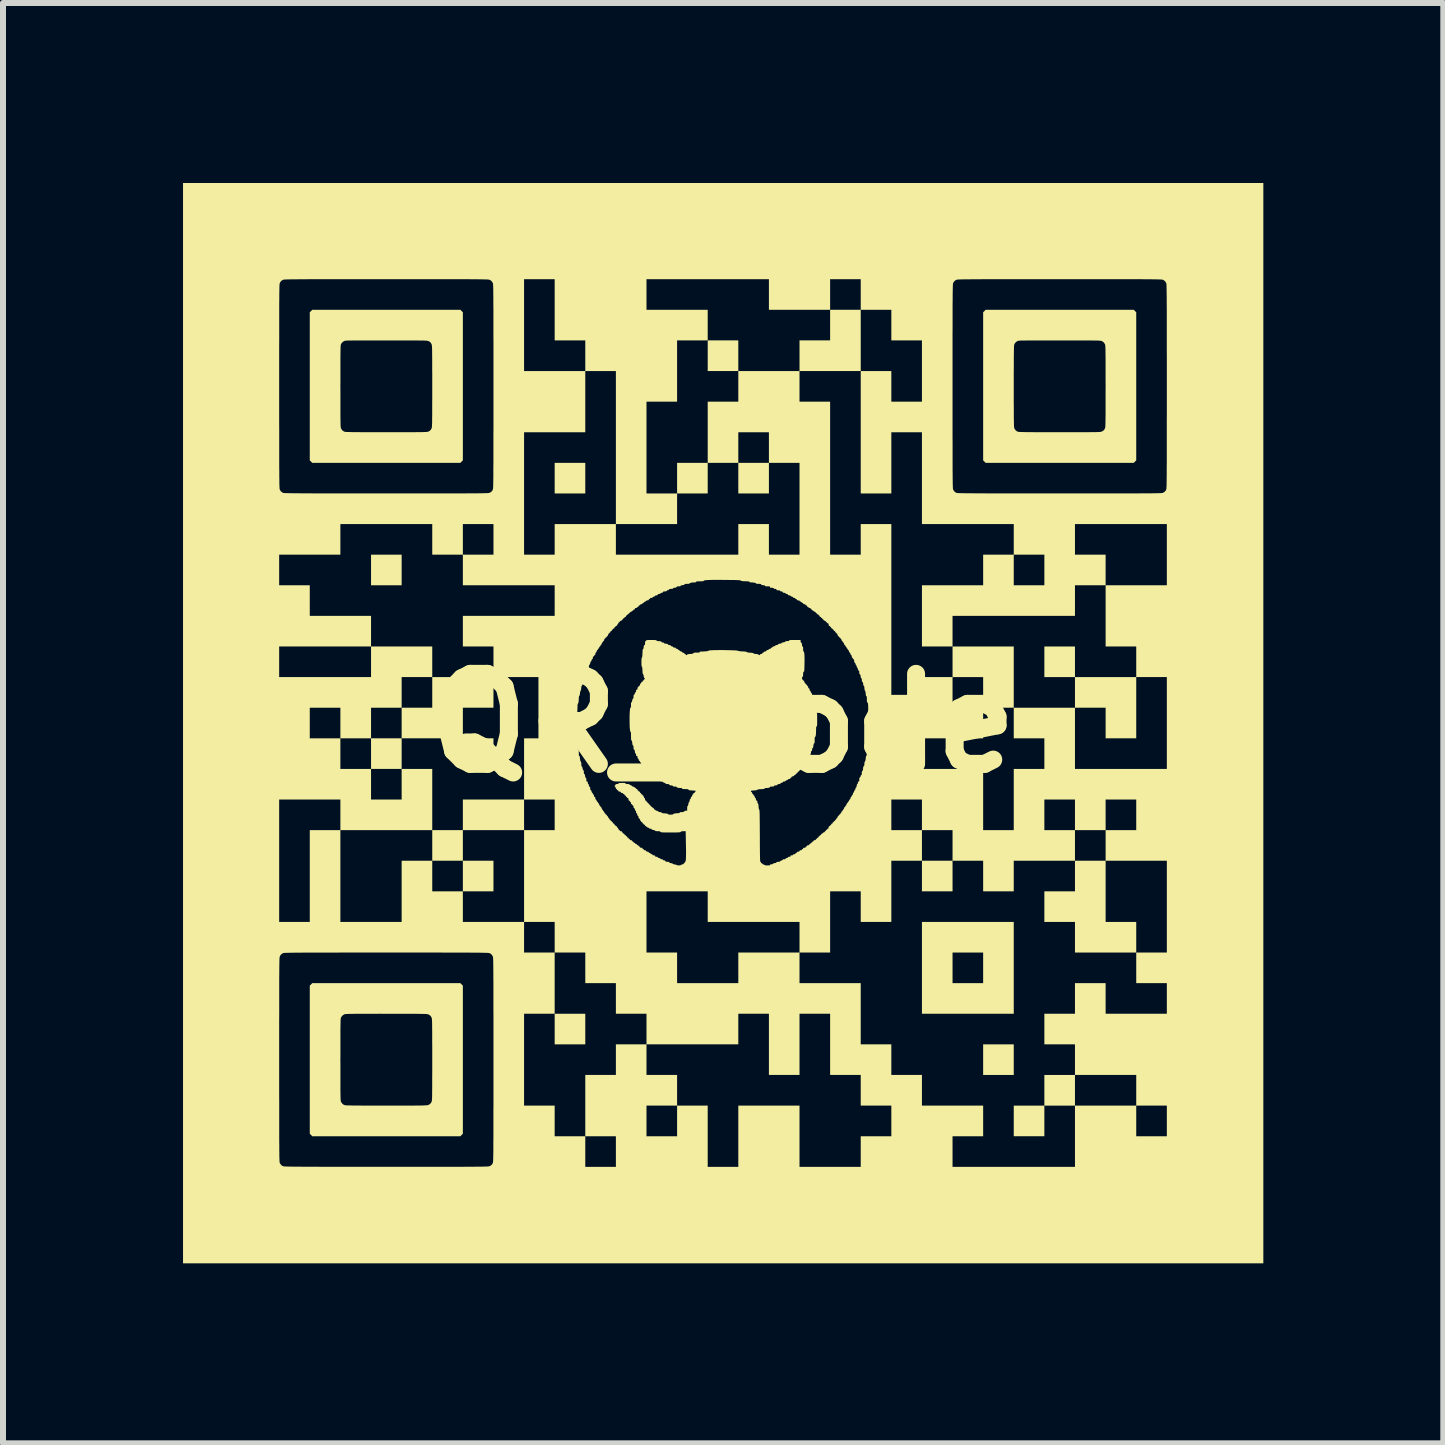
<source format=kicad_pcb>
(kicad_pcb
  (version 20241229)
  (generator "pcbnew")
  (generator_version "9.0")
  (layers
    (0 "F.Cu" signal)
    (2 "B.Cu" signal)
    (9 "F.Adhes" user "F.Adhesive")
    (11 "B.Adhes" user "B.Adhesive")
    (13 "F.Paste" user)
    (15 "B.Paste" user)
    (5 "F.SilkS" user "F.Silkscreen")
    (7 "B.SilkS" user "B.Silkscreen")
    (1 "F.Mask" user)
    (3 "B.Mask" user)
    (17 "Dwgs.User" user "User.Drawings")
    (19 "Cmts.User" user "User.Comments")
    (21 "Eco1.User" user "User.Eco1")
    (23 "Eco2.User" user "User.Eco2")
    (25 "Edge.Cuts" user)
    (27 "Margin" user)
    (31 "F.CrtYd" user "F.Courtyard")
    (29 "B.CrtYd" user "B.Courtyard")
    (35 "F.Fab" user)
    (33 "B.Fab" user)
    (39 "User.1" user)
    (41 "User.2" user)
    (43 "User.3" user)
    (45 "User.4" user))
  (footprint "QR_Code"
    (layer "F.Cu")
    (at 9.001 9.001)
    (property "Reference" "QR_Code" (at 0 0 0) (layer "F.SilkS") (effects (font (size 1.5 1.5) (thickness 0.3))))
    (attr board_only exclude_from_pos_files exclude_from_bom)
    (fp_poly (pts (xy -5.358 -2.553) (xy -5.358 -2.298) (xy -5.613 -2.298) (xy -5.868 -2.298) (xy -5.868 -2.553) (xy -5.868 -2.808) (xy -5.613 -2.808) (xy -5.358 -2.808)) (stroke (width 0) (type solid)) (fill yes) (layer "F.SilkS"))
    (fp_poly (pts (xy -3.828 0.507) (xy -3.828 0.762) (xy -4.083 0.762) (xy -4.338 0.762) (xy -4.338 0.507) (xy -4.338 0.252) (xy -4.083 0.252) (xy -3.828 0.252)) (stroke (width 0) (type solid)) (fill yes) (layer "F.SilkS"))
    (fp_poly (pts (xy -3.828 2.547) (xy -3.828 2.802) (xy -4.083 2.802) (xy -4.338 2.802) (xy -4.338 2.547) (xy -4.338 2.292) (xy -4.083 2.292) (xy -3.828 2.292)) (stroke (width 0) (type solid)) (fill yes) (layer "F.SilkS"))
    (fp_poly (pts (xy -2.298 -4.083) (xy -2.298 -3.828) (xy -2.553 -3.828) (xy -2.808 -3.828) (xy -2.808 -4.083) (xy -2.808 -4.338) (xy -2.553 -4.338) (xy -2.298 -4.338)) (stroke (width 0) (type solid)) (fill yes) (layer "F.SilkS"))
    (fp_poly (pts (xy -2.298 5.097) (xy -2.298 5.352) (xy -2.553 5.352) (xy -2.808 5.352) (xy -2.808 5.097) (xy -2.808 4.842) (xy -2.553 4.842) (xy -2.298 4.842)) (stroke (width 0) (type solid)) (fill yes) (layer "F.SilkS"))
    (fp_poly (pts (xy -0.258 -4.083) (xy -0.258 -3.828) (xy -0.513 -3.828) (xy -0.768 -3.828) (xy -0.768 -4.083) (xy -0.768 -4.338) (xy -0.513 -4.338) (xy -0.258 -4.338)) (stroke (width 0) (type solid)) (fill yes) (layer "F.SilkS"))
    (fp_poly (pts (xy 0.252 -6.123) (xy 0.252 -5.868) (xy -0.003 -5.868) (xy -0.258 -5.868) (xy -0.258 -6.123) (xy -0.258 -6.379) (xy -0.003 -6.379) (xy 0.252 -6.379)) (stroke (width 0) (type solid)) (fill yes) (layer "F.SilkS"))
    (fp_poly (pts (xy 0.762 -4.083) (xy 0.762 -3.828) (xy 0.507 -3.828) (xy 0.252 -3.828) (xy 0.252 -4.083) (xy 0.252 -4.338) (xy 0.507 -4.338) (xy 0.762 -4.338)) (stroke (width 0) (type solid)) (fill yes) (layer "F.SilkS"))
    (fp_poly (pts (xy 3.822 2.547) (xy 3.822 2.802) (xy 3.567 2.802) (xy 3.312 2.802) (xy 3.312 2.547) (xy 3.312 2.292) (xy 3.567 2.292) (xy 3.822 2.292)) (stroke (width 0) (type solid)) (fill yes) (layer "F.SilkS"))
    (fp_poly (pts (xy 4.842 5.607) (xy 4.842 5.862) (xy 4.587 5.862) (xy 4.332 5.862) (xy 4.332 5.607) (xy 4.332 5.352) (xy 4.587 5.352) (xy 4.842 5.352)) (stroke (width 0) (type solid)) (fill yes) (layer "F.SilkS"))
    (fp_poly (pts (xy 5.862 -1.023) (xy 5.862 -0.768) (xy 5.607 -0.768) (xy 5.352 -0.768) (xy 5.352 -1.023) (xy 5.352 -1.278) (xy 5.607 -1.278) (xy 5.862 -1.278)) (stroke (width 0) (type solid)) (fill yes) (layer "F.SilkS"))
    (fp_poly (pts (xy 2.292 -6.379) (xy 2.292 -5.868) (xy 1.782 -5.868) (xy 1.272 -5.868) (xy 1.272 -6.123) (xy 1.272 -6.379) (xy 1.527 -6.379) (xy 1.782 -6.379) (xy 1.782 -6.634) (xy 1.782 -6.889) (xy 2.037 -6.889) (xy 2.292 -6.889)) (stroke (width 0) (type solid)) (fill yes) (layer "F.SilkS"))
    (fp_poly (pts (xy 4.842 -0.768) (xy 4.842 -0.258) (xy 4.587 -0.258) (xy 4.332 -0.258) (xy 4.332 -0.513) (xy 4.332 -0.768) (xy 4.077 -0.768) (xy 3.822 -0.768) (xy 3.822 -1.023) (xy 3.822 -1.278) (xy 4.332 -1.278) (xy 4.842 -1.278)) (stroke (width 0) (type solid)) (fill yes) (layer "F.SilkS"))
    (fp_poly (pts (xy 6.883 -0.258) (xy 6.883 0.252) (xy 6.628 0.252) (xy 6.373 0.252) (xy 6.373 -0.003) (xy 6.373 -0.258) (xy 6.117 -0.258) (xy 5.862 -0.258) (xy 5.862 -0.513) (xy 5.862 -0.768) (xy 6.373 -0.768) (xy 6.883 -0.768)) (stroke (width 0) (type solid)) (fill yes) (layer "F.SilkS"))
    (fp_poly (pts (xy -3.318 1.527) (xy -3.318 1.782) (xy -3.828 1.782) (xy -4.338 1.782) (xy -4.338 2.037) (xy -4.338 2.292) (xy -4.593 2.292) (xy -4.848 2.292) (xy -4.848 2.037) (xy -4.848 1.782) (xy -4.593 1.782) (xy -4.338 1.782) (xy -4.338 1.527) (xy -4.338 1.272) (xy -3.828 1.272) (xy -3.318 1.272)) (stroke (width 0) (type solid)) (fill yes) (layer "F.SilkS"))
    (fp_poly (pts (xy 5.862 6.117) (xy 5.862 6.373) (xy 5.607 6.373) (xy 5.352 6.373) (xy 5.352 6.628) (xy 5.352 6.883) (xy 5.097 6.883) (xy 4.842 6.883) (xy 4.842 6.628) (xy 4.842 6.373) (xy 5.097 6.373) (xy 5.352 6.373) (xy 5.352 6.117) (xy 5.352 5.862) (xy 5.607 5.862) (xy 5.862 5.862)) (stroke (width 0) (type solid)) (fill yes) (layer "F.SilkS"))
    (fp_poly (pts (xy 4.842 4.077) (xy 4.842 4.842) (xy 4.077 4.842) (xy 3.312 4.842) (xy 3.312 4.077) (xy 3.312 3.822) (xy 3.822 3.822) (xy 3.822 4.077) (xy 3.822 4.332) (xy 4.077 4.332) (xy 4.332 4.332) (xy 4.332 4.077) (xy 4.332 3.822) (xy 4.077 3.822) (xy 3.822 3.822) (xy 3.312 3.822) (xy 3.312 3.312) (xy 4.077 3.312) (xy 4.842 3.312)) (stroke (width 0) (type solid)) (fill yes) (layer "F.SilkS"))
    (fp_poly (pts (xy 6.373 2.802) (xy 6.373 3.312) (xy 6.628 3.312) (xy 6.883 3.312) (xy 6.883 3.567) (xy 6.883 3.822) (xy 6.373 3.822) (xy 5.862 3.822) (xy 5.862 3.567) (xy 5.862 3.312) (xy 5.607 3.312) (xy 5.352 3.312) (xy 5.352 3.057) (xy 5.352 2.802) (xy 5.607 2.802) (xy 5.862 2.802) (xy 5.862 2.547) (xy 5.862 2.292) (xy 6.117 2.292) (xy 6.373 2.292)) (stroke (width 0) (type solid)) (fill yes) (layer "F.SilkS"))
    (fp_poly (pts (xy -3.828 -0.513) (xy -3.828 -0.258) (xy -4.083 -0.258) (xy -4.338 -0.258) (xy -4.338 -0.003) (xy -4.338 0.252) (xy -4.848 0.252) (xy -5.358 0.252) (xy -5.358 0.507) (xy -5.358 0.762) (xy -5.613 0.762) (xy -5.868 0.762) (xy -5.868 0.507) (xy -5.868 0.252) (xy -5.613 0.252) (xy -5.358 0.252) (xy -5.358 -0.003) (xy -5.358 -0.258) (xy -5.103 -0.258) (xy -4.848 -0.258) (xy -4.848 -0.513) (xy -4.848 -0.768) (xy -4.338 -0.768) (xy -3.828 -0.768)) (stroke (width 0) (type solid)) (fill yes) (layer "F.SilkS"))
    (fp_poly (pts (xy -4.359 -6.868) (xy -4.338 -6.848) (xy -4.338 -5.613) (xy -4.338 -4.379) (xy -4.359 -4.359) (xy -4.379 -4.338) (xy -5.613 -4.338) (xy -6.848 -4.338) (xy -6.868 -4.359) (xy -6.889 -4.379) (xy -6.889 -5.613) (xy -6.889 -5.614) (xy -6.379 -5.614) (xy -6.378 -5.508) (xy -6.378 -5.415) (xy -6.378 -5.332) (xy -6.378 -5.259) (xy -6.378 -5.195) (xy -6.378 -5.14) (xy -6.378 -5.093) (xy -6.377 -5.053) (xy -6.377 -5.02) (xy -6.376 -4.993) (xy -6.376 -4.971) (xy -6.375 -4.953) (xy -6.374 -4.94) (xy -6.373 -4.93) (xy -6.372 -4.922) (xy -6.37 -4.917) (xy -6.369 -4.913) (xy -6.367 -4.91) (xy -6.351 -4.884) (xy -6.33 -4.867) (xy -6.312 -4.858) (xy -6.308 -4.856) (xy -6.301 -4.855) (xy -6.291 -4.854) (xy -6.278 -4.853) (xy -6.26 -4.852) (xy -6.237 -4.852) (xy -6.209 -4.851) (xy -6.174 -4.85) (xy -6.132 -4.85) (xy -6.083 -4.85) (xy -6.026 -4.849) (xy -5.959 -4.849) (xy -5.883 -4.849) (xy -5.797 -4.849) (xy -5.7 -4.849) (xy -5.613 -4.849) (xy -5.509 -4.849) (xy -5.415 -4.849) (xy -5.332 -4.849) (xy -5.259 -4.849) (xy -5.196 -4.849) (xy -5.141 -4.849) (xy -5.094 -4.85) (xy -5.054 -4.85) (xy -5.021 -4.85) (xy -4.994 -4.851) (xy -4.972 -4.852) (xy -4.955 -4.852) (xy -4.941 -4.853) (xy -4.931 -4.855) (xy -4.924 -4.856) (xy -4.918 -4.857) (xy -4.913 -4.859) (xy -4.911 -4.86) (xy -4.887 -4.874) (xy -4.869 -4.893) (xy -4.858 -4.916) (xy -4.856 -4.92) (xy -4.855 -4.927) (xy -4.854 -4.937) (xy -4.853 -4.95) (xy -4.852 -4.967) (xy -4.851 -4.989) (xy -4.85 -5.016) (xy -4.85 -5.05) (xy -4.85 -5.09) (xy -4.849 -5.138) (xy -4.849 -5.193) (xy -4.849 -5.258) (xy -4.849 -5.332) (xy -4.848 -5.416) (xy -4.848 -5.51) (xy -4.848 -5.613) (xy -4.848 -5.719) (xy -4.848 -5.814) (xy -4.849 -5.897) (xy -4.849 -5.971) (xy -4.849 -6.035) (xy -4.849 -6.091) (xy -4.85 -6.138) (xy -4.85 -6.178) (xy -4.85 -6.212) (xy -4.851 -6.239) (xy -4.852 -6.261) (xy -4.853 -6.278) (xy -4.854 -6.291) (xy -4.855 -6.3) (xy -4.856 -6.307) (xy -4.858 -6.311) (xy -4.871 -6.337) (xy -4.889 -6.355) (xy -4.911 -6.367) (xy -4.916 -6.369) (xy -4.921 -6.37) (xy -4.927 -6.372) (xy -4.936 -6.373) (xy -4.948 -6.374) (xy -4.963 -6.375) (xy -4.983 -6.376) (xy -5.007 -6.376) (xy -5.037 -6.377) (xy -5.074 -6.377) (xy -5.117 -6.378) (xy -5.168 -6.378) (xy -5.227 -6.378) (xy -5.296 -6.378) (xy -5.374 -6.378) (xy -5.462 -6.378) (xy -5.561 -6.378) (xy -5.615 -6.378) (xy -5.72 -6.378) (xy -5.814 -6.378) (xy -5.897 -6.378) (xy -5.969 -6.378) (xy -6.033 -6.378) (xy -6.088 -6.378) (xy -6.135 -6.378) (xy -6.175 -6.377) (xy -6.208 -6.377) (xy -6.235 -6.376) (xy -6.257 -6.376) (xy -6.274 -6.375) (xy -6.287 -6.374) (xy -6.297 -6.373) (xy -6.305 -6.372) (xy -6.31 -6.37) (xy -6.314 -6.368) (xy -6.317 -6.367) (xy -6.341 -6.352) (xy -6.358 -6.333) (xy -6.369 -6.314) (xy -6.37 -6.311) (xy -6.372 -6.305) (xy -6.373 -6.297) (xy -6.374 -6.286) (xy -6.375 -6.271) (xy -6.376 -6.252) (xy -6.376 -6.228) (xy -6.377 -6.198) (xy -6.377 -6.162) (xy -6.378 -6.119) (xy -6.378 -6.068) (xy -6.378 -6.009) (xy -6.378 -5.941) (xy -6.378 -5.863) (xy -6.378 -5.775) (xy -6.378 -5.676) (xy -6.379 -5.614) (xy -6.889 -5.614) (xy -6.889 -6.848) (xy -6.868 -6.868) (xy -6.848 -6.889) (xy -5.613 -6.889) (xy -4.379 -6.889)) (stroke (width 0) (type solid)) (fill yes) (layer "F.SilkS"))
    (fp_poly (pts (xy -4.359 4.353) (xy -4.338 4.373) (xy -4.338 5.607) (xy -4.338 6.842) (xy -4.359 6.862) (xy -4.379 6.883) (xy -5.613 6.883) (xy -6.848 6.883) (xy -6.868 6.862) (xy -6.889 6.842) (xy -6.889 5.607) (xy -6.889 5.607) (xy -6.379 5.607) (xy -6.378 5.712) (xy -6.378 5.806) (xy -6.378 5.889) (xy -6.378 5.962) (xy -6.378 6.026) (xy -6.378 6.081) (xy -6.378 6.128) (xy -6.377 6.168) (xy -6.377 6.201) (xy -6.376 6.228) (xy -6.376 6.25) (xy -6.375 6.268) (xy -6.374 6.281) (xy -6.373 6.291) (xy -6.372 6.299) (xy -6.37 6.304) (xy -6.369 6.308) (xy -6.367 6.311) (xy -6.351 6.336) (xy -6.33 6.354) (xy -6.312 6.363) (xy -6.308 6.364) (xy -6.301 6.366) (xy -6.291 6.367) (xy -6.278 6.368) (xy -6.26 6.369) (xy -6.237 6.369) (xy -6.209 6.37) (xy -6.174 6.371) (xy -6.132 6.371) (xy -6.083 6.371) (xy -6.026 6.372) (xy -5.959 6.372) (xy -5.883 6.372) (xy -5.797 6.372) (xy -5.7 6.372) (xy -5.613 6.372) (xy -5.509 6.372) (xy -5.415 6.372) (xy -5.332 6.372) (xy -5.259 6.372) (xy -5.196 6.372) (xy -5.141 6.372) (xy -5.094 6.371) (xy -5.054 6.371) (xy -5.021 6.371) (xy -4.994 6.37) (xy -4.972 6.369) (xy -4.955 6.368) (xy -4.941 6.367) (xy -4.931 6.366) (xy -4.924 6.365) (xy -4.918 6.364) (xy -4.913 6.362) (xy -4.911 6.361) (xy -4.887 6.347) (xy -4.869 6.328) (xy -4.858 6.305) (xy -4.856 6.3) (xy -4.855 6.294) (xy -4.854 6.284) (xy -4.853 6.271) (xy -4.852 6.254) (xy -4.851 6.232) (xy -4.85 6.205) (xy -4.85 6.171) (xy -4.85 6.131) (xy -4.849 6.083) (xy -4.849 6.028) (xy -4.849 5.963) (xy -4.849 5.889) (xy -4.848 5.805) (xy -4.848 5.711) (xy -4.848 5.607) (xy -4.848 5.502) (xy -4.848 5.407) (xy -4.849 5.324) (xy -4.849 5.25) (xy -4.849 5.186) (xy -4.849 5.13) (xy -4.85 5.083) (xy -4.85 5.043) (xy -4.85 5.009) (xy -4.851 4.982) (xy -4.852 4.96) (xy -4.853 4.943) (xy -4.854 4.93) (xy -4.855 4.921) (xy -4.856 4.914) (xy -4.858 4.91) (xy -4.871 4.884) (xy -4.889 4.866) (xy -4.911 4.854) (xy -4.916 4.852) (xy -4.921 4.85) (xy -4.927 4.849) (xy -4.936 4.848) (xy -4.948 4.847) (xy -4.963 4.846) (xy -4.983 4.845) (xy -5.007 4.845) (xy -5.037 4.844) (xy -5.074 4.844) (xy -5.117 4.843) (xy -5.168 4.843) (xy -5.227 4.843) (xy -5.296 4.843) (xy -5.374 4.843) (xy -5.462 4.843) (xy -5.561 4.843) (xy -5.615 4.843) (xy -5.72 4.842) (xy -5.814 4.843) (xy -5.897 4.843) (xy -5.969 4.843) (xy -6.033 4.843) (xy -6.088 4.843) (xy -6.135 4.843) (xy -6.175 4.844) (xy -6.208 4.844) (xy -6.235 4.845) (xy -6.257 4.845) (xy -6.274 4.846) (xy -6.287 4.847) (xy -6.297 4.848) (xy -6.305 4.849) (xy -6.31 4.851) (xy -6.314 4.852) (xy -6.317 4.854) (xy -6.341 4.869) (xy -6.358 4.888) (xy -6.369 4.907) (xy -6.37 4.91) (xy -6.372 4.916) (xy -6.373 4.924) (xy -6.374 4.935) (xy -6.375 4.95) (xy -6.376 4.969) (xy -6.376 4.993) (xy -6.377 5.023) (xy -6.377 5.059) (xy -6.378 5.102) (xy -6.378 5.153) (xy -6.378 5.212) (xy -6.378 5.28) (xy -6.378 5.358) (xy -6.378 5.446) (xy -6.378 5.545) (xy -6.379 5.607) (xy -6.889 5.607) (xy -6.889 4.373) (xy -6.868 4.353) (xy -6.848 4.332) (xy -5.613 4.332) (xy -4.379 4.332)) (stroke (width 0) (type solid)) (fill yes) (layer "F.SilkS"))
    (fp_poly (pts (xy 6.862 -6.868) (xy 6.883 -6.848) (xy 6.883 -5.613) (xy 6.883 -4.379) (xy 6.862 -4.359) (xy 6.842 -4.338) (xy 5.607 -4.338) (xy 4.373 -4.338) (xy 4.353 -4.359) (xy 4.332 -4.379) (xy 4.332 -5.613) (xy 4.332 -5.614) (xy 4.842 -5.614) (xy 4.842 -5.508) (xy 4.842 -5.415) (xy 4.842 -5.332) (xy 4.843 -5.259) (xy 4.843 -5.195) (xy 4.843 -5.14) (xy 4.843 -5.093) (xy 4.844 -5.053) (xy 4.844 -5.02) (xy 4.845 -4.993) (xy 4.845 -4.971) (xy 4.846 -4.953) (xy 4.847 -4.94) (xy 4.848 -4.93) (xy 4.849 -4.922) (xy 4.851 -4.917) (xy 4.852 -4.913) (xy 4.854 -4.91) (xy 4.87 -4.884) (xy 4.89 -4.867) (xy 4.909 -4.858) (xy 4.913 -4.856) (xy 4.92 -4.855) (xy 4.93 -4.854) (xy 4.943 -4.853) (xy 4.961 -4.852) (xy 4.984 -4.852) (xy 5.012 -4.851) (xy 5.047 -4.85) (xy 5.089 -4.85) (xy 5.138 -4.85) (xy 5.195 -4.849) (xy 5.262 -4.849) (xy 5.338 -4.849) (xy 5.424 -4.849) (xy 5.52 -4.849) (xy 5.607 -4.849) (xy 5.712 -4.849) (xy 5.806 -4.849) (xy 5.889 -4.849) (xy 5.962 -4.849) (xy 6.025 -4.849) (xy 6.08 -4.849) (xy 6.127 -4.85) (xy 6.167 -4.85) (xy 6.2 -4.85) (xy 6.227 -4.851) (xy 6.249 -4.852) (xy 6.266 -4.852) (xy 6.28 -4.853) (xy 6.29 -4.855) (xy 6.297 -4.856) (xy 6.303 -4.857) (xy 6.308 -4.859) (xy 6.309 -4.86) (xy 6.334 -4.874) (xy 6.352 -4.893) (xy 6.363 -4.916) (xy 6.365 -4.92) (xy 6.366 -4.927) (xy 6.367 -4.937) (xy 6.368 -4.95) (xy 6.369 -4.967) (xy 6.37 -4.989) (xy 6.37 -5.016) (xy 6.371 -5.05) (xy 6.371 -5.09) (xy 6.372 -5.138) (xy 6.372 -5.193) (xy 6.372 -5.258) (xy 6.372 -5.332) (xy 6.372 -5.416) (xy 6.372 -5.51) (xy 6.373 -5.613) (xy 6.372 -5.719) (xy 6.372 -5.814) (xy 6.372 -5.897) (xy 6.372 -5.971) (xy 6.372 -6.035) (xy 6.372 -6.091) (xy 6.371 -6.138) (xy 6.371 -6.178) (xy 6.37 -6.212) (xy 6.37 -6.239) (xy 6.369 -6.261) (xy 6.368 -6.278) (xy 6.367 -6.291) (xy 6.366 -6.3) (xy 6.365 -6.307) (xy 6.363 -6.311) (xy 6.349 -6.337) (xy 6.331 -6.355) (xy 6.309 -6.367) (xy 6.305 -6.369) (xy 6.3 -6.37) (xy 6.294 -6.372) (xy 6.285 -6.373) (xy 6.273 -6.374) (xy 6.258 -6.375) (xy 6.238 -6.376) (xy 6.214 -6.376) (xy 6.184 -6.377) (xy 6.147 -6.377) (xy 6.104 -6.378) (xy 6.053 -6.378) (xy 5.993 -6.378) (xy 5.925 -6.378) (xy 5.847 -6.378) (xy 5.759 -6.378) (xy 5.66 -6.378) (xy 5.606 -6.378) (xy 5.501 -6.378) (xy 5.407 -6.378) (xy 5.324 -6.378) (xy 5.251 -6.378) (xy 5.188 -6.378) (xy 5.133 -6.378) (xy 5.086 -6.378) (xy 5.046 -6.377) (xy 5.013 -6.377) (xy 4.986 -6.376) (xy 4.964 -6.376) (xy 4.947 -6.375) (xy 4.934 -6.374) (xy 4.924 -6.373) (xy 4.916 -6.372) (xy 4.911 -6.37) (xy 4.906 -6.368) (xy 4.904 -6.367) (xy 4.88 -6.352) (xy 4.863 -6.333) (xy 4.852 -6.314) (xy 4.851 -6.311) (xy 4.849 -6.305) (xy 4.848 -6.297) (xy 4.847 -6.286) (xy 4.846 -6.271) (xy 4.845 -6.252) (xy 4.845 -6.228) (xy 4.844 -6.198) (xy 4.844 -6.162) (xy 4.843 -6.119) (xy 4.843 -6.068) (xy 4.843 -6.009) (xy 4.843 -5.941) (xy 4.842 -5.863) (xy 4.842 -5.775) (xy 4.842 -5.676) (xy 4.842 -5.614) (xy 4.332 -5.614) (xy 4.332 -6.848) (xy 4.353 -6.868) (xy 4.373 -6.889) (xy 5.607 -6.889) (xy 6.842 -6.889)) (stroke (width 0) (type solid)) (fill yes) (layer "F.SilkS"))
    (fp_poly (pts (xy 9.001 0) (xy 9.001 9.001) (xy 0 9.001) (xy -9.001 9.001) (xy -9.001 5.607) (xy -7.399 5.607) (xy -7.399 5.777) (xy -7.399 5.934) (xy -7.399 6.081) (xy -7.399 6.216) (xy -7.398 6.342) (xy -7.398 6.457) (xy -7.398 6.563) (xy -7.398 6.66) (xy -7.398 6.748) (xy -7.398 6.828) (xy -7.398 6.9) (xy -7.398 6.965) (xy -7.397 7.022) (xy -7.397 7.073) (xy -7.397 7.118) (xy -7.396 7.157) (xy -7.396 7.191) (xy -7.396 7.22) (xy -7.395 7.245) (xy -7.394 7.265) (xy -7.394 7.282) (xy -7.393 7.295) (xy -7.392 7.306) (xy -7.392 7.314) (xy -7.391 7.32) (xy -7.39 7.324) (xy -7.389 7.328) (xy -7.388 7.33) (xy -7.387 7.331) (xy -7.371 7.356) (xy -7.351 7.374) (xy -7.332 7.383) (xy -7.329 7.384) (xy -7.324 7.385) (xy -7.316 7.386) (xy -7.306 7.386) (xy -7.292 7.387) (xy -7.274 7.388) (xy -7.253 7.388) (xy -7.226 7.389) (xy -7.195 7.389) (xy -7.158 7.39) (xy -7.116 7.39) (xy -7.068 7.39) (xy -7.013 7.391) (xy -6.951 7.391) (xy -6.881 7.391) (xy -6.804 7.391) (xy -6.719 7.392) (xy -6.625 7.392) (xy -6.522 7.392) (xy -6.41 7.392) (xy -6.288 7.392) (xy -6.156 7.392) (xy -6.013 7.392) (xy -5.859 7.392) (xy -5.694 7.392) (xy -5.613 7.392) (xy -5.444 7.392) (xy -5.287 7.392) (xy -5.141 7.392) (xy -5.005 7.392) (xy -4.88 7.392) (xy -4.764 7.392) (xy -4.658 7.392) (xy -4.562 7.392) (xy -4.474 7.392) (xy -4.394 7.392) (xy -4.322 7.392) (xy -4.257 7.391) (xy -4.2 7.391) (xy -4.149 7.391) (xy -4.104 7.39) (xy -4.065 7.39) (xy -4.031 7.39) (xy -4.002 7.389) (xy -3.977 7.389) (xy -3.957 7.388) (xy -3.941 7.388) (xy -3.927 7.387) (xy -3.917 7.386) (xy -3.908 7.385) (xy -3.902 7.384) (xy -3.898 7.383) (xy -3.894 7.382) (xy -3.891 7.381) (xy -3.891 7.381) (xy -3.866 7.367) (xy -3.849 7.348) (xy -3.838 7.325) (xy -3.837 7.322) (xy -3.836 7.317) (xy -3.835 7.31) (xy -3.834 7.3) (xy -3.834 7.286) (xy -3.833 7.27) (xy -3.832 7.249) (xy -3.832 7.224) (xy -3.831 7.194) (xy -3.831 7.159) (xy -3.83 7.119) (xy -3.83 7.072) (xy -3.83 7.019) (xy -3.83 6.959) (xy -3.829 6.892) (xy -3.829 6.818) (xy -3.829 6.735) (xy -3.829 6.644) (xy -3.829 6.544) (xy -3.829 6.435) (xy -3.828 6.373) (xy -3.318 6.373) (xy -3.063 6.373) (xy -2.808 6.373) (xy -2.808 6.628) (xy -2.808 6.883) (xy -2.553 6.883) (xy -2.298 6.883) (xy -2.298 7.138) (xy -2.298 7.393) (xy -2.043 7.393) (xy -1.788 7.393) (xy -1.788 7.138) (xy -1.788 6.883) (xy -2.043 6.883) (xy -2.298 6.883) (xy -2.298 6.373) (xy -2.298 5.862) (xy -2.043 5.862) (xy -1.788 5.862) (xy -1.788 5.607) (xy -1.788 5.352) (xy -1.533 5.352) (xy -1.278 5.352) (xy -1.278 5.607) (xy -1.278 5.862) (xy -1.023 5.862) (xy -0.768 5.862) (xy -0.768 6.117) (xy -0.768 6.373) (xy -1.023 6.373) (xy -1.278 6.373) (xy -1.278 6.628) (xy -1.278 6.883) (xy -1.023 6.883) (xy -0.768 6.883) (xy -0.768 6.628) (xy -0.768 6.373) (xy -0.513 6.373) (xy -0.258 6.373) (xy -0.258 6.883) (xy -0.258 7.393) (xy -0.003 7.393) (xy 0.252 7.393) (xy 0.252 6.883) (xy 0.252 6.373) (xy 0.762 6.373) (xy 1.272 6.373) (xy 1.272 6.883) (xy 1.272 7.393) (xy 1.782 7.393) (xy 2.292 7.393) (xy 2.292 7.138) (xy 2.292 6.883) (xy 2.547 6.883) (xy 2.802 6.883) (xy 2.802 6.628) (xy 2.802 6.373) (xy 2.547 6.373) (xy 2.292 6.373) (xy 2.292 6.117) (xy 2.292 5.862) (xy 2.037 5.862) (xy 1.782 5.862) (xy 1.782 5.352) (xy 1.782 4.842) (xy 1.527 4.842) (xy 1.272 4.842) (xy 1.272 5.352) (xy 1.272 5.862) (xy 1.017 5.862) (xy 0.762 5.862) (xy 0.762 5.352) (xy 0.762 4.842) (xy 0.507 4.842) (xy 0.252 4.842) (xy 0.252 5.097) (xy 0.252 5.352) (xy -0.513 5.352) (xy -1.278 5.352) (xy -1.278 5.097) (xy -1.278 4.842) (xy -1.533 4.842) (xy -1.788 4.842) (xy -1.788 4.587) (xy -1.788 4.332) (xy -2.043 4.332) (xy -2.298 4.332) (xy -2.298 4.077) (xy -2.298 3.822) (xy -1.278 3.822) (xy -1.023 3.822) (xy -0.768 3.822) (xy -0.768 4.077) (xy -0.768 4.332) (xy -0.258 4.332) (xy 0.252 4.332) (xy 0.252 4.077) (xy 0.252 3.822) (xy 0.762 3.822) (xy 1.272 3.822) (xy 1.272 4.077) (xy 1.272 4.332) (xy 1.782 4.332) (xy 2.292 4.332) (xy 2.292 4.842) (xy 2.292 5.352) (xy 2.547 5.352) (xy 2.802 5.352) (xy 2.802 5.607) (xy 2.802 5.862) (xy 3.057 5.862) (xy 3.312 5.862) (xy 3.312 6.117) (xy 3.312 6.373) (xy 3.822 6.373) (xy 4.332 6.373) (xy 4.332 6.628) (xy 4.332 6.883) (xy 4.077 6.883) (xy 3.822 6.883) (xy 3.822 7.138) (xy 3.822 7.393) (xy 4.842 7.393) (xy 5.862 7.393) (xy 5.862 6.883) (xy 5.862 6.373) (xy 6.373 6.373) (xy 6.883 6.373) (xy 6.883 6.628) (xy 6.883 6.883) (xy 7.138 6.883) (xy 7.393 6.883) (xy 7.393 6.628) (xy 7.393 6.373) (xy 7.138 6.373) (xy 6.883 6.373) (xy 6.883 6.117) (xy 6.883 5.862) (xy 6.373 5.862) (xy 5.862 5.862) (xy 5.862 5.607) (xy 5.862 5.352) (xy 5.607 5.352) (xy 5.352 5.352) (xy 5.352 5.097) (xy 5.352 4.842) (xy 5.607 4.842) (xy 5.862 4.842) (xy 5.862 4.587) (xy 5.862 4.332) (xy 6.117 4.332) (xy 6.373 4.332) (xy 6.373 4.587) (xy 6.373 4.842) (xy 6.883 4.842) (xy 7.393 4.842) (xy 7.393 4.587) (xy 7.393 4.332) (xy 7.138 4.332) (xy 6.883 4.332) (xy 6.883 4.077) (xy 6.883 3.822) (xy 7.138 3.822) (xy 7.393 3.822) (xy 7.393 3.057) (xy 7.393 2.292) (xy 6.883 2.292) (xy 6.373 2.292) (xy 6.373 2.037) (xy 6.373 1.782) (xy 6.628 1.782) (xy 6.883 1.782) (xy 6.883 1.527) (xy 6.883 1.272) (xy 6.628 1.272) (xy 6.373 1.272) (xy 6.373 1.527) (xy 6.373 1.782) (xy 6.117 1.782) (xy 5.862 1.782) (xy 5.862 1.527) (xy 5.862 1.272) (xy 5.607 1.272) (xy 5.352 1.272) (xy 5.352 1.527) (xy 5.352 1.782) (xy 5.607 1.782) (xy 5.862 1.782) (xy 5.862 2.037) (xy 5.862 2.292) (xy 5.352 2.292) (xy 4.842 2.292) (xy 4.842 2.547) (xy 4.842 2.802) (xy 4.587 2.802) (xy 4.332 2.802) (xy 4.332 2.547) (xy 4.332 2.292) (xy 4.077 2.292) (xy 3.822 2.292) (xy 3.822 2.037) (xy 3.822 1.782) (xy 3.567 1.782) (xy 3.312 1.782) (xy 3.312 2.037) (xy 3.312 2.292) (xy 3.057 2.292) (xy 2.802 2.292) (xy 2.802 2.802) (xy 2.802 3.312) (xy 2.547 3.312) (xy 2.292 3.312) (xy 2.292 3.057) (xy 2.292 2.802) (xy 2.037 2.802) (xy 1.782 2.802) (xy 1.782 3.312) (xy 1.782 3.822) (xy 1.527 3.822) (xy 1.272 3.822) (xy 1.272 3.567) (xy 1.272 3.312) (xy 0.507 3.312) (xy -0.258 3.312) (xy -0.258 3.057) (xy -0.258 2.802) (xy -0.768 2.802) (xy -1.278 2.802) (xy -1.278 3.312) (xy -1.278 3.822) (xy -2.298 3.822) (xy -2.553 3.822) (xy -2.808 3.822) (xy -2.808 4.332) (xy -2.808 4.842) (xy -3.063 4.842) (xy -3.318 4.842) (xy -3.318 5.607) (xy -3.318 6.373) (xy -3.828 6.373) (xy -3.828 6.317) (xy -3.828 6.188) (xy -3.828 6.048) (xy -3.828 5.898) (xy -3.828 5.737) (xy -3.828 5.607) (xy -3.828 5.437) (xy -3.828 5.279) (xy -3.828 5.131) (xy -3.828 4.994) (xy -3.828 4.868) (xy -3.829 4.752) (xy -3.829 4.645) (xy -3.829 4.547) (xy -3.829 4.459) (xy -3.829 4.378) (xy -3.829 4.305) (xy -3.83 4.24) (xy -3.83 4.182) (xy -3.83 4.131) (xy -3.831 4.086) (xy -3.831 4.047) (xy -3.831 4.013) (xy -3.832 3.984) (xy -3.832 3.96) (xy -3.833 3.941) (xy -3.834 3.925) (xy -3.834 3.913) (xy -3.835 3.903) (xy -3.836 3.897) (xy -3.837 3.892) (xy -3.838 3.89) (xy -3.852 3.864) (xy -3.87 3.845) (xy -3.89 3.834) (xy -3.892 3.833) (xy -3.895 3.831) (xy -3.899 3.831) (xy -3.905 3.83) (xy -3.912 3.829) (xy -3.921 3.828) (xy -3.934 3.827) (xy -3.949 3.827) (xy -3.968 3.826) (xy -3.99 3.826) (xy -4.017 3.825) (xy -4.049 3.825) (xy -4.086 3.824) (xy -4.129 3.824) (xy -4.177 3.824) (xy -4.232 3.823) (xy -4.294 3.823) (xy -4.363 3.823) (xy -4.44 3.823) (xy -4.524 3.823) (xy -4.618 3.823) (xy -4.72 3.822) (xy -4.831 3.822) (xy -4.953 3.822) (xy -5.084 3.822) (xy -5.226 3.822) (xy -5.379 3.822) (xy -5.544 3.822) (xy -5.614 3.822) (xy -5.783 3.822) (xy -5.942 3.822) (xy -6.089 3.822) (xy -6.225 3.822) (xy -6.351 3.822) (xy -6.468 3.823) (xy -6.574 3.823) (xy -6.672 3.823) (xy -6.76 3.823) (xy -6.841 3.823) (xy -6.913 3.823) (xy -6.978 3.823) (xy -7.036 3.824) (xy -7.088 3.824) (xy -7.133 3.824) (xy -7.172 3.825) (xy -7.206 3.825) (xy -7.234 3.826) (xy -7.259 3.826) (xy -7.279 3.827) (xy -7.295 3.827) (xy -7.307 3.828) (xy -7.317 3.829) (xy -7.325 3.83) (xy -7.33 3.831) (xy -7.333 3.831) (xy -7.334 3.832) (xy -7.359 3.847) (xy -7.377 3.866) (xy -7.387 3.884) (xy -7.388 3.886) (xy -7.389 3.889) (xy -7.39 3.893) (xy -7.391 3.899) (xy -7.392 3.906) (xy -7.393 3.915) (xy -7.394 3.928) (xy -7.394 3.943) (xy -7.395 3.962) (xy -7.395 3.984) (xy -7.396 4.011) (xy -7.396 4.043) (xy -7.397 4.08) (xy -7.397 4.123) (xy -7.397 4.171) (xy -7.398 4.226) (xy -7.398 4.288) (xy -7.398 4.357) (xy -7.398 4.434) (xy -7.398 4.518) (xy -7.398 4.612) (xy -7.398 4.714) (xy -7.398 4.826) (xy -7.399 4.947) (xy -7.399 5.078) (xy -7.399 5.22) (xy -7.399 5.373) (xy -7.399 5.538) (xy -7.399 5.607) (xy -9.001 5.607) (xy -9.001 3.312) (xy -7.399 3.312) (xy -7.144 3.312) (xy -6.889 3.312) (xy -6.889 2.547) (xy -6.889 1.782) (xy -6.634 1.782) (xy -6.379 1.782) (xy -6.379 2.547) (xy -6.379 3.312) (xy -5.868 3.312) (xy -5.358 3.312) (xy -5.358 2.802) (xy -5.358 2.292) (xy -5.103 2.292) (xy -4.848 2.292) (xy -4.848 2.547) (xy -4.848 2.802) (xy -4.593 2.802) (xy -4.338 2.802) (xy -4.338 3.057) (xy -4.338 3.312) (xy -3.828 3.312) (xy -3.318 3.312) (xy -3.318 3.567) (xy -3.318 3.822) (xy -3.063 3.822) (xy -2.808 3.822) (xy -2.808 3.567) (xy -2.808 3.312) (xy -3.063 3.312) (xy -3.318 3.312) (xy -3.318 2.547) (xy -3.318 1.782) (xy -3.063 1.782) (xy -2.808 1.782) (xy -2.808 1.527) (xy -2.808 1.272) (xy -3.063 1.272) (xy -3.318 1.272) (xy -3.318 0.762) (xy -3.318 0.252) (xy -3.063 0.252) (xy -2.808 0.252) (xy -2.808 0.048) (xy -2.448 0.048) (xy -2.448 0.104) (xy -2.448 0.149) (xy -2.447 0.184) (xy -2.447 0.211) (xy -2.446 0.23) (xy -2.444 0.242) (xy -2.443 0.249) (xy -2.441 0.252) (xy -2.44 0.252) (xy -2.436 0.254) (xy -2.434 0.262) (xy -2.432 0.276) (xy -2.431 0.299) (xy -2.429 0.332) (xy -2.429 0.342) (xy -2.428 0.378) (xy -2.427 0.403) (xy -2.425 0.42) (xy -2.423 0.43) (xy -2.42 0.436) (xy -2.417 0.439) (xy -2.411 0.444) (xy -2.408 0.453) (xy -2.407 0.469) (xy -2.406 0.494) (xy -2.406 0.495) (xy -2.406 0.521) (xy -2.404 0.537) (xy -2.401 0.545) (xy -2.398 0.546) (xy -2.393 0.55) (xy -2.389 0.564) (xy -2.387 0.588) (xy -2.383 0.617) (xy -2.377 0.635) (xy -2.374 0.639) (xy -2.367 0.651) (xy -2.364 0.672) (xy -2.364 0.684) (xy -2.363 0.706) (xy -2.361 0.717) (xy -2.356 0.72) (xy -2.35 0.726) (xy -2.345 0.743) (xy -2.345 0.748) (xy -2.34 0.768) (xy -2.334 0.78) (xy -2.332 0.781) (xy -2.325 0.79) (xy -2.322 0.807) (xy -2.322 0.816) (xy -2.321 0.836) (xy -2.317 0.845) (xy -2.314 0.846) (xy -2.308 0.852) (xy -2.303 0.869) (xy -2.301 0.879) (xy -2.297 0.901) (xy -2.292 0.911) (xy -2.289 0.912) (xy -2.283 0.916) (xy -2.281 0.928) (xy -2.28 0.942) (xy -2.28 0.96) (xy -2.277 0.969) (xy -2.271 0.972) (xy -2.268 0.972) (xy -2.26 0.974) (xy -2.257 0.984) (xy -2.256 0.993) (xy -2.254 1.009) (xy -2.248 1.014) (xy -2.247 1.014) (xy -2.241 1.019) (xy -2.238 1.033) (xy -2.238 1.035) (xy -2.236 1.051) (xy -2.23 1.056) (xy -2.222 1.062) (xy -2.216 1.077) (xy -2.214 1.1) (xy -2.214 1.1) (xy -2.212 1.112) (xy -2.206 1.116) (xy -2.199 1.121) (xy -2.194 1.135) (xy -2.194 1.137) (xy -2.189 1.151) (xy -2.182 1.16) (xy -2.181 1.16) (xy -2.174 1.168) (xy -2.172 1.176) (xy -2.168 1.186) (xy -2.163 1.188) (xy -2.156 1.193) (xy -2.154 1.207) (xy -2.152 1.222) (xy -2.143 1.228) (xy -2.142 1.228) (xy -2.133 1.234) (xy -2.13 1.247) (xy -2.13 1.252) (xy -2.128 1.267) (xy -2.122 1.272) (xy -2.115 1.277) (xy -2.109 1.29) (xy -2.109 1.29) (xy -2.104 1.303) (xy -2.097 1.308) (xy -2.097 1.308) (xy -2.09 1.313) (xy -2.088 1.32) (xy -2.085 1.33) (xy -2.08 1.332) (xy -2.073 1.337) (xy -2.068 1.351) (xy -2.068 1.353) (xy -2.062 1.368) (xy -2.055 1.374) (xy -2.055 1.374) (xy -2.048 1.379) (xy -2.046 1.386) (xy -2.043 1.396) (xy -2.037 1.398) (xy -2.03 1.404) (xy -2.025 1.418) (xy -2.025 1.419) (xy -2.02 1.433) (xy -2.013 1.44) (xy -2.012 1.44) (xy -2.006 1.445) (xy -2.004 1.452) (xy -2.001 1.462) (xy -1.996 1.464) (xy -1.989 1.469) (xy -1.983 1.482) (xy -1.983 1.482) (xy -1.978 1.495) (xy -1.971 1.5) (xy -1.971 1.5) (xy -1.964 1.505) (xy -1.962 1.512) (xy -1.958 1.522) (xy -1.95 1.524) (xy -1.94 1.528) (xy -1.938 1.536) (xy -1.935 1.546) (xy -1.93 1.548) (xy -1.923 1.553) (xy -1.917 1.566) (xy -1.917 1.566) (xy -1.912 1.579) (xy -1.905 1.584) (xy -1.905 1.584) (xy -1.898 1.589) (xy -1.896 1.596) (xy -1.893 1.606) (xy -1.888 1.608) (xy -1.88 1.613) (xy -1.876 1.62) (xy -1.87 1.63) (xy -1.864 1.632) (xy -1.855 1.637) (xy -1.854 1.641) (xy -1.849 1.649) (xy -1.845 1.65) (xy -1.838 1.655) (xy -1.836 1.662) (xy -1.832 1.672) (xy -1.824 1.674) (xy -1.814 1.678) (xy -1.812 1.686) (xy -1.808 1.696) (xy -1.803 1.698) (xy -1.795 1.703) (xy -1.794 1.707) (xy -1.789 1.714) (xy -1.782 1.716) (xy -1.772 1.72) (xy -1.77 1.728) (xy -1.767 1.738) (xy -1.762 1.74) (xy -1.754 1.745) (xy -1.749 1.758) (xy -1.743 1.772) (xy -1.734 1.778) (xy -1.724 1.785) (xy -1.722 1.791) (xy -1.718 1.798) (xy -1.704 1.8) (xy -1.691 1.802) (xy -1.686 1.809) (xy -1.686 1.812) (xy -1.682 1.822) (xy -1.677 1.824) (xy -1.669 1.829) (xy -1.668 1.833) (xy -1.663 1.84) (xy -1.656 1.842) (xy -1.646 1.846) (xy -1.644 1.854) (xy -1.64 1.864) (xy -1.632 1.866) (xy -1.622 1.87) (xy -1.62 1.875) (xy -1.615 1.883) (xy -1.611 1.884) (xy -1.603 1.889) (xy -1.602 1.894) (xy -1.597 1.903) (xy -1.59 1.906) (xy -1.58 1.912) (xy -1.578 1.917) (xy -1.573 1.925) (xy -1.566 1.928) (xy -1.556 1.934) (xy -1.554 1.941) (xy -1.55 1.948) (xy -1.536 1.95) (xy -1.522 1.953) (xy -1.518 1.96) (xy -1.513 1.969) (xy -1.506 1.972) (xy -1.496 1.978) (xy -1.494 1.984) (xy -1.489 1.991) (xy -1.482 1.992) (xy -1.472 1.996) (xy -1.47 2.001) (xy -1.465 2.008) (xy -1.452 2.013) (xy -1.452 2.013) (xy -1.439 2.018) (xy -1.434 2.026) (xy -1.434 2.026) (xy -1.429 2.033) (xy -1.422 2.034) (xy -1.412 2.038) (xy -1.41 2.043) (xy -1.405 2.051) (xy -1.401 2.052) (xy -1.391 2.057) (xy -1.388 2.064) (xy -1.382 2.073) (xy -1.369 2.076) (xy -1.364 2.076) (xy -1.35 2.078) (xy -1.345 2.083) (xy -1.344 2.088) (xy -1.34 2.098) (xy -1.332 2.1) (xy -1.322 2.104) (xy -1.32 2.109) (xy -1.315 2.116) (xy -1.303 2.118) (xy -1.288 2.121) (xy -1.282 2.13) (xy -1.276 2.139) (xy -1.261 2.142) (xy -1.261 2.142) (xy -1.246 2.145) (xy -1.242 2.151) (xy -1.237 2.159) (xy -1.231 2.16) (xy -1.22 2.164) (xy -1.21 2.172) (xy -1.198 2.181) (xy -1.188 2.184) (xy -1.178 2.188) (xy -1.176 2.193) (xy -1.172 2.2) (xy -1.157 2.202) (xy -1.155 2.202) (xy -1.141 2.204) (xy -1.135 2.209) (xy -1.134 2.214) (xy -1.132 2.222) (xy -1.123 2.226) (xy -1.113 2.226) (xy -1.097 2.228) (xy -1.092 2.235) (xy -1.086 2.241) (xy -1.071 2.247) (xy -1.068 2.247) (xy -1.051 2.252) (xy -1.044 2.259) (xy -1.044 2.26) (xy -1.039 2.266) (xy -1.023 2.268) (xy -1.008 2.27) (xy -1.002 2.276) (xy -1.002 2.277) (xy -0.997 2.284) (xy -0.984 2.286) (xy -0.969 2.289) (xy -0.962 2.298) (xy -0.962 2.298) (xy -0.958 2.306) (xy -0.949 2.309) (xy -0.931 2.31) (xy -0.929 2.31) (xy -0.911 2.311) (xy -0.902 2.315) (xy -0.9 2.319) (xy -0.895 2.326) (xy -0.879 2.33) (xy -0.87 2.332) (xy -0.852 2.336) (xy -0.841 2.341) (xy -0.84 2.343) (xy -0.834 2.348) (xy -0.819 2.352) (xy -0.809 2.354) (xy -0.791 2.357) (xy -0.778 2.361) (xy -0.775 2.363) (xy -0.769 2.367) (xy -0.755 2.369) (xy -0.738 2.37) (xy -0.722 2.369) (xy -0.711 2.367) (xy -0.708 2.364) (xy -0.703 2.36) (xy -0.689 2.356) (xy -0.684 2.354) (xy -0.668 2.35) (xy -0.66 2.344) (xy -0.66 2.342) (xy -0.655 2.335) (xy -0.651 2.334) (xy -0.644 2.329) (xy -0.642 2.322) (xy -0.639 2.312) (xy -0.634 2.31) (xy -0.629 2.307) (xy -0.626 2.298) (xy -0.623 2.281) (xy -0.621 2.257) (xy -0.62 2.224) (xy -0.619 2.182) (xy -0.619 2.129) (xy -0.62 2.066) (xy -0.621 2.012) (xy -0.625 1.8) (xy -0.663 1.8) (xy -0.686 1.801) (xy -0.699 1.804) (xy -0.706 1.809) (xy -0.707 1.811) (xy -0.71 1.814) (xy -0.715 1.816) (xy -0.723 1.818) (xy -0.736 1.819) (xy -0.756 1.82) (xy -0.783 1.821) (xy -0.819 1.821) (xy -0.866 1.821) (xy -0.876 1.821) (xy -0.925 1.821) (xy -0.963 1.821) (xy -0.992 1.82) (xy -1.013 1.82) (xy -1.027 1.818) (xy -1.036 1.817) (xy -1.041 1.814) (xy -1.044 1.811) (xy -1.045 1.811) (xy -1.05 1.805) (xy -1.061 1.802) (xy -1.08 1.8) (xy -1.092 1.8) (xy -1.116 1.799) (xy -1.129 1.797) (xy -1.134 1.793) (xy -1.134 1.792) (xy -1.14 1.786) (xy -1.157 1.781) (xy -1.164 1.78) (xy -1.184 1.775) (xy -1.193 1.77) (xy -1.194 1.767) (xy -1.199 1.76) (xy -1.214 1.758) (xy -1.215 1.758) (xy -1.231 1.756) (xy -1.236 1.75) (xy -1.241 1.743) (xy -1.255 1.738) (xy -1.257 1.738) (xy -1.272 1.732) (xy -1.278 1.725) (xy -1.278 1.725) (xy -1.283 1.718) (xy -1.29 1.716) (xy -1.3 1.712) (xy -1.302 1.704) (xy -1.306 1.694) (xy -1.314 1.692) (xy -1.324 1.688) (xy -1.326 1.683) (xy -1.331 1.675) (xy -1.335 1.674) (xy -1.342 1.669) (xy -1.344 1.662) (xy -1.348 1.652) (xy -1.356 1.65) (xy -1.366 1.646) (xy -1.368 1.638) (xy -1.372 1.628) (xy -1.377 1.626) (xy -1.384 1.621) (xy -1.386 1.608) (xy -1.388 1.595) (xy -1.395 1.59) (xy -1.398 1.59) (xy -1.406 1.588) (xy -1.41 1.579) (xy -1.41 1.569) (xy -1.412 1.553) (xy -1.419 1.548) (xy -1.425 1.543) (xy -1.431 1.527) (xy -1.431 1.524) (xy -1.436 1.507) (xy -1.443 1.5) (xy -1.444 1.5) (xy -1.45 1.495) (xy -1.452 1.479) (xy -1.454 1.464) (xy -1.46 1.458) (xy -1.461 1.458) (xy -1.468 1.453) (xy -1.47 1.44) (xy -1.473 1.425) (xy -1.482 1.418) (xy -1.482 1.418) (xy -1.491 1.412) (xy -1.494 1.399) (xy -1.494 1.394) (xy -1.496 1.379) (xy -1.502 1.374) (xy -1.51 1.369) (xy -1.514 1.362) (xy -1.52 1.352) (xy -1.527 1.35) (xy -1.534 1.346) (xy -1.536 1.332) (xy -1.539 1.318) (xy -1.545 1.314) (xy -1.553 1.309) (xy -1.554 1.305) (xy -1.559 1.295) (xy -1.566 1.292) (xy -1.575 1.286) (xy -1.578 1.273) (xy -1.578 1.268) (xy -1.58 1.254) (xy -1.585 1.249) (xy -1.59 1.248) (xy -1.6 1.244) (xy -1.602 1.239) (xy -1.607 1.231) (xy -1.611 1.23) (xy -1.618 1.225) (xy -1.62 1.218) (xy -1.624 1.208) (xy -1.632 1.206) (xy -1.642 1.202) (xy -1.644 1.194) (xy -1.648 1.184) (xy -1.656 1.182) (xy -1.666 1.178) (xy -1.668 1.173) (xy -1.673 1.166) (xy -1.685 1.164) (xy -1.7 1.161) (xy -1.706 1.152) (xy -1.712 1.143) (xy -1.727 1.14) (xy -1.728 1.14) (xy -1.742 1.138) (xy -1.746 1.131) (xy -1.751 1.121) (xy -1.758 1.118) (xy -1.768 1.112) (xy -1.77 1.106) (xy -1.775 1.099) (xy -1.779 1.098) (xy -1.786 1.093) (xy -1.791 1.078) (xy -1.792 1.077) (xy -1.796 1.063) (xy -1.803 1.056) (xy -1.804 1.056) (xy -1.811 1.051) (xy -1.812 1.047) (xy -1.807 1.039) (xy -1.803 1.038) (xy -1.796 1.033) (xy -1.794 1.026) (xy -1.792 1.018) (xy -1.784 1.015) (xy -1.77 1.014) (xy -1.753 1.013) (xy -1.747 1.008) (xy -1.746 1.005) (xy -1.744 1.001) (xy -1.737 0.998) (xy -1.722 0.997) (xy -1.699 0.996) (xy -1.686 0.996) (xy -1.658 0.996) (xy -1.64 0.997) (xy -1.63 1) (xy -1.626 1.003) (xy -1.626 1.005) (xy -1.623 1.011) (xy -1.613 1.013) (xy -1.593 1.014) (xy -1.573 1.015) (xy -1.562 1.018) (xy -1.56 1.022) (xy -1.555 1.029) (xy -1.541 1.034) (xy -1.539 1.035) (xy -1.524 1.04) (xy -1.518 1.047) (xy -1.518 1.047) (xy -1.513 1.054) (xy -1.503 1.056) (xy -1.488 1.061) (xy -1.478 1.068) (xy -1.467 1.077) (xy -1.46 1.08) (xy -1.453 1.085) (xy -1.452 1.089) (xy -1.447 1.096) (xy -1.44 1.098) (xy -1.43 1.102) (xy -1.428 1.11) (xy -1.424 1.12) (xy -1.419 1.122) (xy -1.411 1.127) (xy -1.41 1.131) (xy -1.405 1.138) (xy -1.398 1.14) (xy -1.388 1.144) (xy -1.386 1.152) (xy -1.382 1.162) (xy -1.377 1.164) (xy -1.369 1.169) (xy -1.368 1.174) (xy -1.363 1.183) (xy -1.356 1.186) (xy -1.346 1.192) (xy -1.344 1.198) (xy -1.339 1.205) (xy -1.336 1.206) (xy -1.329 1.211) (xy -1.324 1.225) (xy -1.323 1.227) (xy -1.318 1.242) (xy -1.311 1.248) (xy -1.311 1.248) (xy -1.304 1.253) (xy -1.302 1.269) (xy -1.302 1.269) (xy -1.301 1.284) (xy -1.296 1.289) (xy -1.29 1.29) (xy -1.28 1.294) (xy -1.278 1.302) (xy -1.274 1.312) (xy -1.269 1.314) (xy -1.261 1.319) (xy -1.26 1.323) (xy -1.256 1.331) (xy -1.252 1.332) (xy -1.244 1.337) (xy -1.24 1.344) (xy -1.234 1.354) (xy -1.228 1.356) (xy -1.219 1.36) (xy -1.218 1.364) (xy -1.214 1.373) (xy -1.203 1.385) (xy -1.191 1.395) (xy -1.183 1.398) (xy -1.177 1.403) (xy -1.176 1.407) (xy -1.171 1.414) (xy -1.164 1.416) (xy -1.154 1.42) (xy -1.152 1.428) (xy -1.148 1.438) (xy -1.14 1.44) (xy -1.13 1.444) (xy -1.128 1.449) (xy -1.123 1.456) (xy -1.111 1.458) (xy -1.095 1.462) (xy -1.084 1.47) (xy -1.07 1.48) (xy -1.05 1.482) (xy -1.033 1.484) (xy -1.026 1.489) (xy -1.026 1.491) (xy -1.023 1.495) (xy -1.012 1.499) (xy -0.993 1.502) (xy -0.972 1.503) (xy -0.944 1.506) (xy -0.927 1.509) (xy -0.919 1.513) (xy -0.918 1.516) (xy -0.915 1.52) (xy -0.904 1.523) (xy -0.883 1.524) (xy -0.876 1.524) (xy -0.853 1.523) (xy -0.839 1.521) (xy -0.834 1.517) (xy -0.834 1.516) (xy -0.828 1.511) (xy -0.813 1.506) (xy -0.79 1.502) (xy -0.762 1.5) (xy -0.749 1.5) (xy -0.732 1.498) (xy -0.726 1.493) (xy -0.726 1.491) (xy -0.723 1.486) (xy -0.713 1.483) (xy -0.693 1.482) (xy -0.671 1.481) (xy -0.658 1.477) (xy -0.65 1.47) (xy -0.634 1.46) (xy -0.62 1.458) (xy -0.6 1.458) (xy -0.6 1.419) (xy -0.599 1.397) (xy -0.597 1.384) (xy -0.592 1.38) (xy -0.592 1.38) (xy -0.586 1.374) (xy -0.582 1.357) (xy -0.581 1.349) (xy -0.576 1.327) (xy -0.569 1.314) (xy -0.568 1.313) (xy -0.56 1.302) (xy -0.558 1.287) (xy -0.556 1.271) (xy -0.55 1.266) (xy -0.549 1.266) (xy -0.542 1.261) (xy -0.54 1.248) (xy -0.537 1.233) (xy -0.528 1.226) (xy -0.528 1.226) (xy -0.519 1.219) (xy -0.516 1.205) (xy -0.513 1.192) (xy -0.507 1.188) (xy -0.5 1.183) (xy -0.498 1.176) (xy -0.494 1.166) (xy -0.486 1.164) (xy -0.476 1.16) (xy -0.474 1.152) (xy -0.47 1.142) (xy -0.465 1.14) (xy -0.457 1.136) (xy -0.456 1.132) (xy -0.459 1.127) (xy -0.468 1.125) (xy -0.487 1.123) (xy -0.513 1.121) (xy -0.541 1.12) (xy -0.559 1.118) (xy -0.57 1.115) (xy -0.576 1.11) (xy -0.577 1.109) (xy -0.582 1.103) (xy -0.591 1.1) (xy -0.607 1.099) (xy -0.632 1.098) (xy -0.633 1.098) (xy -0.659 1.098) (xy -0.674 1.096) (xy -0.682 1.093) (xy -0.684 1.089) (xy -0.688 1.083) (xy -0.7 1.08) (xy -0.71 1.08) (xy -0.739 1.079) (xy -0.76 1.075) (xy -0.772 1.069) (xy -0.774 1.064) (xy -0.778 1.059) (xy -0.791 1.057) (xy -0.807 1.056) (xy -0.827 1.055) (xy -0.837 1.052) (xy -0.84 1.047) (xy -0.845 1.04) (xy -0.857 1.038) (xy -0.879 1.036) (xy -0.894 1.03) (xy -0.9 1.022) (xy -0.9 1.022) (xy -0.904 1.017) (xy -0.918 1.014) (xy -0.93 1.014) (xy -0.949 1.013) (xy -0.959 1.009) (xy -0.96 1.006) (xy -0.965 0.999) (xy -0.979 0.994) (xy -0.981 0.993) (xy -0.996 0.988) (xy -1.002 0.981) (xy -1.002 0.981) (xy -1.007 0.974) (xy -1.022 0.972) (xy -1.023 0.972) (xy -1.039 0.97) (xy -1.044 0.964) (xy -1.049 0.957) (xy -1.063 0.952) (xy -1.065 0.951) (xy -1.08 0.946) (xy -1.086 0.939) (xy -1.086 0.939) (xy -1.091 0.932) (xy -1.098 0.93) (xy -1.108 0.926) (xy -1.11 0.921) (xy -1.116 0.914) (xy -1.13 0.909) (xy -1.131 0.909) (xy -1.145 0.904) (xy -1.152 0.897) (xy -1.152 0.896) (xy -1.157 0.89) (xy -1.164 0.888) (xy -1.174 0.884) (xy -1.176 0.876) (xy -1.18 0.866) (xy -1.188 0.864) (xy -1.198 0.861) (xy -1.2 0.856) (xy -1.205 0.848) (xy -1.218 0.843) (xy -1.218 0.843) (xy -1.231 0.838) (xy -1.236 0.831) (xy -1.236 0.831) (xy -1.241 0.824) (xy -1.248 0.822) (xy -1.258 0.818) (xy -1.26 0.81) (xy -1.264 0.8) (xy -1.269 0.798) (xy -1.277 0.793) (xy -1.278 0.789) (xy -1.283 0.782) (xy -1.29 0.78) (xy -1.298 0.778) (xy -1.302 0.769) (xy -1.302 0.759) (xy -1.303 0.745) (xy -1.309 0.739) (xy -1.314 0.738) (xy -1.324 0.734) (xy -1.326 0.726) (xy -1.33 0.716) (xy -1.335 0.714) (xy -1.343 0.709) (xy -1.344 0.705) (xy -1.349 0.697) (xy -1.353 0.696) (xy -1.36 0.691) (xy -1.365 0.676) (xy -1.366 0.675) (xy -1.37 0.661) (xy -1.377 0.654) (xy -1.378 0.654) (xy -1.385 0.649) (xy -1.386 0.642) (xy -1.39 0.632) (xy -1.395 0.63) (xy -1.402 0.625) (xy -1.407 0.61) (xy -1.408 0.609) (xy -1.412 0.595) (xy -1.419 0.588) (xy -1.42 0.588) (xy -1.426 0.582) (xy -1.428 0.567) (xy -1.429 0.553) (xy -1.435 0.547) (xy -1.44 0.546) (xy -1.448 0.544) (xy -1.452 0.535) (xy -1.452 0.525) (xy -1.454 0.51) (xy -1.46 0.504) (xy -1.461 0.504) (xy -1.468 0.499) (xy -1.47 0.49) (xy -1.472 0.468) (xy -1.476 0.45) (xy -1.482 0.44) (xy -1.486 0.438) (xy -1.491 0.434) (xy -1.494 0.421) (xy -1.494 0.405) (xy -1.495 0.385) (xy -1.498 0.374) (xy -1.503 0.372) (xy -1.508 0.368) (xy -1.512 0.354) (xy -1.515 0.33) (xy -1.518 0.306) (xy -1.522 0.292) (xy -1.528 0.288) (xy -1.531 0.286) (xy -1.534 0.278) (xy -1.535 0.262) (xy -1.536 0.238) (xy -1.536 0.216) (xy -1.536 0.184) (xy -1.537 0.163) (xy -1.539 0.15) (xy -1.542 0.145) (xy -1.544 0.144) (xy -1.548 0.138) (xy -1.552 0.121) (xy -1.555 0.094) (xy -1.558 0.058) (xy -1.559 0.014) (xy -1.56 -0.038) (xy -1.56 -0.062) (xy -1.56 -0.117) (xy -1.558 -0.164) (xy -1.556 -0.203) (xy -1.553 -0.232) (xy -1.549 -0.25) (xy -1.545 -0.258) (xy -1.544 -0.258) (xy -1.54 -0.261) (xy -1.537 -0.272) (xy -1.536 -0.293) (xy -1.536 -0.303) (xy -1.536 -0.327) (xy -1.534 -0.342) (xy -1.53 -0.348) (xy -1.528 -0.348) (xy -1.522 -0.354) (xy -1.517 -0.371) (xy -1.516 -0.378) (xy -1.511 -0.398) (xy -1.506 -0.407) (xy -1.503 -0.408) (xy -1.498 -0.411) (xy -1.495 -0.422) (xy -1.494 -0.441) (xy -1.493 -0.461) (xy -1.49 -0.471) (xy -1.485 -0.474) (xy -1.478 -0.48) (xy -1.473 -0.494) (xy -1.473 -0.495) (xy -1.468 -0.509) (xy -1.461 -0.516) (xy -1.46 -0.516) (xy -1.454 -0.522) (xy -1.452 -0.537) (xy -1.451 -0.552) (xy -1.446 -0.557) (xy -1.44 -0.558) (xy -1.432 -0.56) (xy -1.429 -0.57) (xy -1.428 -0.579) (xy -1.426 -0.595) (xy -1.42 -0.6) (xy -1.419 -0.6) (xy -1.412 -0.605) (xy -1.41 -0.612) (xy -1.406 -0.622) (xy -1.398 -0.624) (xy -1.389 -0.627) (xy -1.386 -0.637) (xy -1.386 -0.642) (xy -1.383 -0.656) (xy -1.377 -0.66) (xy -1.37 -0.665) (xy -1.368 -0.672) (xy -1.364 -0.682) (xy -1.356 -0.684) (xy -1.346 -0.688) (xy -1.344 -0.696) (xy -1.341 -0.706) (xy -1.336 -0.708) (xy -1.328 -0.713) (xy -1.324 -0.72) (xy -1.318 -0.73) (xy -1.312 -0.732) (xy -1.303 -0.735) (xy -1.304 -0.742) (xy -1.312 -0.749) (xy -1.319 -0.76) (xy -1.324 -0.781) (xy -1.325 -0.785) (xy -1.328 -0.805) (xy -1.333 -0.815) (xy -1.335 -0.816) (xy -1.339 -0.82) (xy -1.342 -0.832) (xy -1.344 -0.854) (xy -1.345 -0.877) (xy -1.347 -0.909) (xy -1.349 -0.93) (xy -1.353 -0.94) (xy -1.355 -0.941) (xy -1.358 -0.946) (xy -1.36 -0.959) (xy -1.362 -0.981) (xy -1.362 -1.014) (xy -1.362 -1.017) (xy -1.362 -1.051) (xy -1.36 -1.074) (xy -1.358 -1.088) (xy -1.355 -1.093) (xy -1.355 -1.094) (xy -1.351 -1.099) (xy -1.348 -1.115) (xy -1.346 -1.141) (xy -1.345 -1.166) (xy -1.344 -1.197) (xy -1.342 -1.218) (xy -1.34 -1.23) (xy -1.337 -1.235) (xy -1.335 -1.236) (xy -1.328 -1.242) (xy -1.326 -1.256) (xy -1.324 -1.28) (xy -1.319 -1.296) (xy -1.311 -1.302) (xy -1.31 -1.302) (xy -1.305 -1.306) (xy -1.303 -1.318) (xy -1.302 -1.335) (xy -1.301 -1.355) (xy -1.298 -1.365) (xy -1.293 -1.368) (xy -1.285 -1.373) (xy -1.284 -1.377) (xy -1.282 -1.381) (xy -1.276 -1.383) (xy -1.264 -1.385) (xy -1.244 -1.386) (xy -1.214 -1.386) (xy -1.197 -1.386) (xy -1.163 -1.386) (xy -1.138 -1.385) (xy -1.123 -1.384) (xy -1.114 -1.382) (xy -1.11 -1.379) (xy -1.11 -1.377) (xy -1.106 -1.371) (xy -1.093 -1.368) (xy -1.087 -1.368) (xy -1.06 -1.367) (xy -1.04 -1.363) (xy -1.028 -1.357) (xy -1.026 -1.352) (xy -1.021 -1.346) (xy -1.005 -1.344) (xy -0.99 -1.342) (xy -0.984 -1.336) (xy -0.984 -1.335) (xy -0.979 -1.328) (xy -0.97 -1.326) (xy -0.948 -1.324) (xy -0.93 -1.32) (xy -0.92 -1.314) (xy -0.918 -1.31) (xy -0.913 -1.304) (xy -0.897 -1.302) (xy -0.881 -1.3) (xy -0.876 -1.294) (xy -0.876 -1.293) (xy -0.871 -1.286) (xy -0.856 -1.281) (xy -0.855 -1.281) (xy -0.841 -1.276) (xy -0.834 -1.269) (xy -0.834 -1.268) (xy -0.828 -1.262) (xy -0.813 -1.26) (xy -0.797 -1.258) (xy -0.792 -1.252) (xy -0.792 -1.251) (xy -0.787 -1.244) (xy -0.772 -1.239) (xy -0.771 -1.239) (xy -0.757 -1.234) (xy -0.75 -1.227) (xy -0.75 -1.226) (xy -0.745 -1.22) (xy -0.738 -1.218) (xy -0.728 -1.214) (xy -0.726 -1.209) (xy -0.721 -1.202) (xy -0.706 -1.197) (xy -0.705 -1.197) (xy -0.691 -1.192) (xy -0.684 -1.185) (xy -0.684 -1.184) (xy -0.679 -1.178) (xy -0.672 -1.176) (xy -0.659 -1.172) (xy -0.65 -1.164) (xy -0.639 -1.155) (xy -0.632 -1.152) (xy -0.625 -1.147) (xy -0.624 -1.143) (xy -0.619 -1.136) (xy -0.612 -1.134) (xy -0.602 -1.138) (xy -0.6 -1.142) (xy -0.597 -1.147) (xy -0.586 -1.15) (xy -0.565 -1.152) (xy -0.552 -1.153) (xy -0.526 -1.155) (xy -0.51 -1.157) (xy -0.501 -1.162) (xy -0.497 -1.166) (xy -0.492 -1.171) (xy -0.483 -1.174) (xy -0.467 -1.176) (xy -0.441 -1.176) (xy -0.441 -1.176) (xy -0.415 -1.176) (xy -0.4 -1.178) (xy -0.392 -1.181) (xy -0.39 -1.185) (xy -0.387 -1.191) (xy -0.375 -1.194) (xy -0.361 -1.194) (xy -0.326 -1.195) (xy -0.294 -1.197) (xy -0.268 -1.2) (xy -0.25 -1.204) (xy -0.241 -1.209) (xy -0.24 -1.21) (xy -0.234 -1.212) (xy -0.218 -1.214) (xy -0.193 -1.215) (xy -0.16 -1.217) (xy -0.122 -1.217) (xy -0.08 -1.218) (xy -0.034 -1.218) (xy 0.012 -1.218) (xy 0.059 -1.217) (xy 0.103 -1.216) (xy 0.144 -1.215) (xy 0.18 -1.214) (xy 0.21 -1.212) (xy 0.231 -1.21) (xy 0.243 -1.208) (xy 0.245 -1.207) (xy 0.253 -1.203) (xy 0.272 -1.2) (xy 0.302 -1.197) (xy 0.323 -1.196) (xy 0.357 -1.194) (xy 0.379 -1.191) (xy 0.392 -1.188) (xy 0.396 -1.185) (xy 0.401 -1.181) (xy 0.416 -1.177) (xy 0.441 -1.175) (xy 0.447 -1.175) (xy 0.476 -1.173) (xy 0.494 -1.17) (xy 0.503 -1.165) (xy 0.504 -1.164) (xy 0.514 -1.158) (xy 0.535 -1.154) (xy 0.549 -1.153) (xy 0.572 -1.151) (xy 0.584 -1.147) (xy 0.588 -1.142) (xy 0.593 -1.136) (xy 0.6 -1.134) (xy 0.61 -1.138) (xy 0.612 -1.143) (xy 0.617 -1.15) (xy 0.631 -1.152) (xy 0.645 -1.155) (xy 0.652 -1.164) (xy 0.652 -1.164) (xy 0.66 -1.174) (xy 0.667 -1.176) (xy 0.676 -1.18) (xy 0.678 -1.185) (xy 0.683 -1.192) (xy 0.697 -1.194) (xy 0.711 -1.197) (xy 0.718 -1.206) (xy 0.718 -1.206) (xy 0.725 -1.216) (xy 0.739 -1.218) (xy 0.752 -1.221) (xy 0.756 -1.226) (xy 0.761 -1.233) (xy 0.775 -1.238) (xy 0.777 -1.239) (xy 0.792 -1.244) (xy 0.798 -1.251) (xy 0.798 -1.251) (xy 0.803 -1.258) (xy 0.81 -1.26) (xy 0.82 -1.264) (xy 0.822 -1.269) (xy 0.828 -1.275) (xy 0.843 -1.281) (xy 0.846 -1.281) (xy 0.863 -1.286) (xy 0.87 -1.293) (xy 0.87 -1.294) (xy 0.875 -1.3) (xy 0.891 -1.302) (xy 0.907 -1.304) (xy 0.912 -1.31) (xy 0.918 -1.318) (xy 0.933 -1.324) (xy 0.956 -1.326) (xy 0.956 -1.326) (xy 0.968 -1.329) (xy 0.972 -1.334) (xy 0.978 -1.341) (xy 0.995 -1.345) (xy 1 -1.346) (xy 1.02 -1.35) (xy 1.032 -1.357) (xy 1.033 -1.358) (xy 1.042 -1.365) (xy 1.059 -1.368) (xy 1.068 -1.368) (xy 1.087 -1.369) (xy 1.096 -1.372) (xy 1.098 -1.377) (xy 1.1 -1.381) (xy 1.106 -1.383) (xy 1.117 -1.385) (xy 1.136 -1.386) (xy 1.165 -1.386) (xy 1.194 -1.386) (xy 1.29 -1.386) (xy 1.29 -1.365) (xy 1.292 -1.349) (xy 1.298 -1.344) (xy 1.307 -1.338) (xy 1.312 -1.323) (xy 1.314 -1.298) (xy 1.314 -1.298) (xy 1.316 -1.283) (xy 1.323 -1.278) (xy 1.328 -1.276) (xy 1.331 -1.267) (xy 1.332 -1.249) (xy 1.332 -1.236) (xy 1.333 -1.213) (xy 1.335 -1.2) (xy 1.339 -1.194) (xy 1.341 -1.194) (xy 1.346 -1.189) (xy 1.35 -1.175) (xy 1.353 -1.15) (xy 1.355 -1.114) (xy 1.356 -1.067) (xy 1.355 -1.009) (xy 1.355 -0.985) (xy 1.354 -0.944) (xy 1.353 -0.912) (xy 1.352 -0.89) (xy 1.351 -0.875) (xy 1.349 -0.865) (xy 1.346 -0.86) (xy 1.343 -0.857) (xy 1.337 -0.851) (xy 1.333 -0.84) (xy 1.332 -0.82) (xy 1.332 -0.813) (xy 1.331 -0.791) (xy 1.329 -0.779) (xy 1.325 -0.774) (xy 1.323 -0.774) (xy 1.317 -0.77) (xy 1.314 -0.757) (xy 1.314 -0.75) (xy 1.316 -0.733) (xy 1.321 -0.726) (xy 1.323 -0.726) (xy 1.331 -0.721) (xy 1.332 -0.717) (xy 1.337 -0.709) (xy 1.341 -0.708) (xy 1.348 -0.703) (xy 1.353 -0.688) (xy 1.354 -0.687) (xy 1.358 -0.673) (xy 1.365 -0.666) (xy 1.366 -0.666) (xy 1.373 -0.661) (xy 1.374 -0.656) (xy 1.379 -0.647) (xy 1.386 -0.644) (xy 1.396 -0.636) (xy 1.398 -0.629) (xy 1.402 -0.62) (xy 1.407 -0.618) (xy 1.414 -0.613) (xy 1.416 -0.601) (xy 1.419 -0.586) (xy 1.428 -0.58) (xy 1.437 -0.574) (xy 1.44 -0.559) (xy 1.44 -0.559) (xy 1.443 -0.544) (xy 1.448 -0.54) (xy 1.455 -0.535) (xy 1.46 -0.521) (xy 1.461 -0.519) (xy 1.466 -0.504) (xy 1.473 -0.498) (xy 1.473 -0.498) (xy 1.48 -0.494) (xy 1.482 -0.48) (xy 1.482 -0.474) (xy 1.484 -0.457) (xy 1.489 -0.45) (xy 1.491 -0.45) (xy 1.498 -0.445) (xy 1.502 -0.429) (xy 1.504 -0.42) (xy 1.508 -0.4) (xy 1.514 -0.391) (xy 1.516 -0.39) (xy 1.52 -0.387) (xy 1.523 -0.376) (xy 1.524 -0.355) (xy 1.524 -0.348) (xy 1.525 -0.325) (xy 1.527 -0.311) (xy 1.531 -0.306) (xy 1.532 -0.306) (xy 1.539 -0.301) (xy 1.544 -0.285) (xy 1.547 -0.259) (xy 1.548 -0.221) (xy 1.549 -0.197) (xy 1.55 -0.182) (xy 1.553 -0.175) (xy 1.557 -0.174) (xy 1.56 -0.173) (xy 1.563 -0.167) (xy 1.564 -0.156) (xy 1.565 -0.138) (xy 1.566 -0.112) (xy 1.566 -0.075) (xy 1.566 -0.06) (xy 1.566 -0.02) (xy 1.566 0.01) (xy 1.565 0.031) (xy 1.563 0.044) (xy 1.561 0.051) (xy 1.558 0.054) (xy 1.557 0.054) (xy 1.553 0.056) (xy 1.55 0.064) (xy 1.549 0.079) (xy 1.548 0.103) (xy 1.548 0.11) (xy 1.547 0.154) (xy 1.545 0.189) (xy 1.541 0.213) (xy 1.536 0.226) (xy 1.532 0.228) (xy 1.528 0.231) (xy 1.526 0.241) (xy 1.524 0.259) (xy 1.524 0.282) (xy 1.524 0.309) (xy 1.522 0.326) (xy 1.52 0.334) (xy 1.516 0.336) (xy 1.51 0.341) (xy 1.506 0.356) (xy 1.503 0.375) (xy 1.5 0.398) (xy 1.496 0.411) (xy 1.491 0.414) (xy 1.485 0.419) (xy 1.482 0.433) (xy 1.482 0.438) (xy 1.481 0.455) (xy 1.476 0.462) (xy 1.473 0.462) (xy 1.466 0.467) (xy 1.464 0.479) (xy 1.462 0.501) (xy 1.456 0.516) (xy 1.448 0.522) (xy 1.448 0.522) (xy 1.442 0.528) (xy 1.44 0.544) (xy 1.438 0.559) (xy 1.432 0.567) (xy 1.428 0.568) (xy 1.419 0.574) (xy 1.416 0.587) (xy 1.416 0.592) (xy 1.414 0.607) (xy 1.407 0.612) (xy 1.407 0.612) (xy 1.4 0.617) (xy 1.398 0.624) (xy 1.394 0.637) (xy 1.386 0.646) (xy 1.377 0.657) (xy 1.374 0.664) (xy 1.369 0.671) (xy 1.366 0.672) (xy 1.359 0.677) (xy 1.354 0.691) (xy 1.354 0.693) (xy 1.348 0.708) (xy 1.341 0.714) (xy 1.341 0.714) (xy 1.334 0.719) (xy 1.332 0.726) (xy 1.328 0.736) (xy 1.323 0.738) (xy 1.315 0.743) (xy 1.314 0.748) (xy 1.309 0.757) (xy 1.302 0.76) (xy 1.292 0.766) (xy 1.29 0.772) (xy 1.285 0.779) (xy 1.281 0.78) (xy 1.273 0.785) (xy 1.272 0.79) (xy 1.267 0.799) (xy 1.26 0.802) (xy 1.25 0.808) (xy 1.248 0.813) (xy 1.243 0.821) (xy 1.236 0.824) (xy 1.226 0.83) (xy 1.224 0.837) (xy 1.22 0.845) (xy 1.215 0.846) (xy 1.207 0.851) (xy 1.206 0.855) (xy 1.201 0.862) (xy 1.194 0.864) (xy 1.184 0.868) (xy 1.182 0.873) (xy 1.177 0.88) (xy 1.162 0.885) (xy 1.161 0.885) (xy 1.147 0.89) (xy 1.14 0.897) (xy 1.14 0.898) (xy 1.135 0.905) (xy 1.132 0.906) (xy 1.124 0.911) (xy 1.12 0.918) (xy 1.114 0.927) (xy 1.099 0.93) (xy 1.099 0.93) (xy 1.084 0.933) (xy 1.08 0.938) (xy 1.075 0.945) (xy 1.061 0.95) (xy 1.059 0.951) (xy 1.044 0.956) (xy 1.038 0.963) (xy 1.038 0.963) (xy 1.033 0.97) (xy 1.018 0.972) (xy 1.017 0.972) (xy 1.001 0.974) (xy 0.996 0.98) (xy 0.991 0.987) (xy 0.977 0.992) (xy 0.975 0.993) (xy 0.96 0.998) (xy 0.954 1.005) (xy 0.954 1.005) (xy 0.95 1.011) (xy 0.936 1.014) (xy 0.93 1.014) (xy 0.913 1.016) (xy 0.906 1.021) (xy 0.906 1.022) (xy 0.901 1.03) (xy 0.885 1.036) (xy 0.863 1.038) (xy 0.863 1.038) (xy 0.849 1.041) (xy 0.846 1.047) (xy 0.843 1.053) (xy 0.833 1.055) (xy 0.813 1.056) (xy 0.793 1.057) (xy 0.782 1.06) (xy 0.78 1.064) (xy 0.774 1.071) (xy 0.758 1.077) (xy 0.734 1.08) (xy 0.716 1.08) (xy 0.698 1.082) (xy 0.691 1.086) (xy 0.69 1.089) (xy 0.687 1.093) (xy 0.678 1.096) (xy 0.659 1.098) (xy 0.633 1.099) (xy 0.603 1.101) (xy 0.583 1.103) (xy 0.573 1.107) (xy 0.57 1.11) (xy 0.562 1.115) (xy 0.544 1.118) (xy 0.515 1.121) (xy 0.514 1.121) (xy 0.488 1.122) (xy 0.473 1.124) (xy 0.465 1.128) (xy 0.462 1.132) (xy 0.462 1.135) (xy 0.466 1.144) (xy 0.471 1.146) (xy 0.478 1.151) (xy 0.483 1.164) (xy 0.483 1.164) (xy 0.488 1.177) (xy 0.495 1.182) (xy 0.496 1.182) (xy 0.502 1.187) (xy 0.504 1.194) (xy 0.508 1.204) (xy 0.513 1.206) (xy 0.52 1.212) (xy 0.525 1.226) (xy 0.525 1.227) (xy 0.53 1.241) (xy 0.537 1.248) (xy 0.538 1.248) (xy 0.544 1.254) (xy 0.546 1.269) (xy 0.547 1.284) (xy 0.553 1.289) (xy 0.558 1.29) (xy 0.566 1.292) (xy 0.569 1.3) (xy 0.57 1.314) (xy 0.572 1.331) (xy 0.577 1.338) (xy 0.578 1.338) (xy 0.583 1.342) (xy 0.586 1.354) (xy 0.589 1.375) (xy 0.589 1.387) (xy 0.592 1.416) (xy 0.596 1.434) (xy 0.601 1.44) (xy 0.602 1.443) (xy 0.604 1.449) (xy 0.605 1.459) (xy 0.606 1.474) (xy 0.607 1.495) (xy 0.608 1.522) (xy 0.608 1.556) (xy 0.609 1.599) (xy 0.609 1.65) (xy 0.61 1.711) (xy 0.61 1.782) (xy 0.611 1.864) (xy 0.611 1.878) (xy 0.611 1.961) (xy 0.611 2.033) (xy 0.612 2.095) (xy 0.612 2.147) (xy 0.613 2.19) (xy 0.613 2.225) (xy 0.614 2.253) (xy 0.615 2.274) (xy 0.616 2.29) (xy 0.617 2.3) (xy 0.618 2.307) (xy 0.62 2.31) (xy 0.621 2.31) (xy 0.628 2.315) (xy 0.63 2.322) (xy 0.634 2.332) (xy 0.642 2.334) (xy 0.652 2.338) (xy 0.654 2.343) (xy 0.659 2.351) (xy 0.666 2.352) (xy 0.679 2.356) (xy 0.686 2.361) (xy 0.697 2.367) (xy 0.717 2.37) (xy 0.738 2.37) (xy 0.761 2.37) (xy 0.774 2.368) (xy 0.779 2.364) (xy 0.78 2.361) (xy 0.784 2.355) (xy 0.797 2.352) (xy 0.804 2.352) (xy 0.821 2.35) (xy 0.828 2.345) (xy 0.828 2.344) (xy 0.834 2.338) (xy 0.851 2.333) (xy 0.858 2.332) (xy 0.878 2.328) (xy 0.887 2.322) (xy 0.888 2.319) (xy 0.892 2.313) (xy 0.903 2.311) (xy 0.918 2.31) (xy 0.937 2.309) (xy 0.947 2.305) (xy 0.948 2.302) (xy 0.953 2.295) (xy 0.967 2.29) (xy 0.969 2.29) (xy 0.984 2.284) (xy 0.99 2.277) (xy 0.99 2.277) (xy 0.994 2.271) (xy 1.008 2.268) (xy 1.014 2.268) (xy 1.031 2.267) (xy 1.038 2.262) (xy 1.038 2.259) (xy 1.044 2.252) (xy 1.058 2.247) (xy 1.059 2.247) (xy 1.073 2.242) (xy 1.08 2.235) (xy 1.08 2.235) (xy 1.086 2.228) (xy 1.101 2.226) (xy 1.116 2.225) (xy 1.121 2.22) (xy 1.122 2.214) (xy 1.124 2.206) (xy 1.134 2.203) (xy 1.143 2.202) (xy 1.159 2.2) (xy 1.164 2.194) (xy 1.164 2.193) (xy 1.169 2.186) (xy 1.183 2.184) (xy 1.198 2.182) (xy 1.204 2.173) (xy 1.204 2.172) (xy 1.212 2.162) (xy 1.219 2.16) (xy 1.228 2.156) (xy 1.23 2.151) (xy 1.235 2.144) (xy 1.249 2.142) (xy 1.264 2.14) (xy 1.27 2.131) (xy 1.27 2.13) (xy 1.277 2.121) (xy 1.291 2.118) (xy 1.305 2.115) (xy 1.308 2.109) (xy 1.313 2.102) (xy 1.32 2.1) (xy 1.33 2.096) (xy 1.332 2.088) (xy 1.334 2.08) (xy 1.344 2.077) (xy 1.353 2.076) (xy 1.368 2.074) (xy 1.374 2.068) (xy 1.374 2.067) (xy 1.379 2.058) (xy 1.386 2.054) (xy 1.396 2.048) (xy 1.398 2.042) (xy 1.403 2.036) (xy 1.415 2.034) (xy 1.43 2.031) (xy 1.436 2.022) (xy 1.442 2.012) (xy 1.449 2.01) (xy 1.457 2.006) (xy 1.458 2.001) (xy 1.463 1.994) (xy 1.47 1.992) (xy 1.48 1.988) (xy 1.482 1.983) (xy 1.487 1.975) (xy 1.492 1.974) (xy 1.501 1.969) (xy 1.504 1.962) (xy 1.512 1.952) (xy 1.524 1.95) (xy 1.538 1.947) (xy 1.544 1.938) (xy 1.55 1.928) (xy 1.557 1.926) (xy 1.565 1.922) (xy 1.566 1.917) (xy 1.571 1.909) (xy 1.576 1.908) (xy 1.585 1.903) (xy 1.588 1.896) (xy 1.594 1.886) (xy 1.6 1.884) (xy 1.607 1.879) (xy 1.608 1.875) (xy 1.613 1.868) (xy 1.62 1.866) (xy 1.63 1.862) (xy 1.632 1.854) (xy 1.636 1.844) (xy 1.644 1.842) (xy 1.654 1.839) (xy 1.656 1.834) (xy 1.661 1.827) (xy 1.674 1.821) (xy 1.674 1.821) (xy 1.687 1.816) (xy 1.692 1.809) (xy 1.692 1.809) (xy 1.697 1.801) (xy 1.7 1.8) (xy 1.708 1.795) (xy 1.712 1.788) (xy 1.718 1.778) (xy 1.725 1.776) (xy 1.733 1.772) (xy 1.734 1.768) (xy 1.739 1.76) (xy 1.746 1.756) (xy 1.755 1.75) (xy 1.758 1.735) (xy 1.758 1.735) (xy 1.76 1.721) (xy 1.767 1.716) (xy 1.77 1.716) (xy 1.78 1.712) (xy 1.782 1.707) (xy 1.787 1.699) (xy 1.791 1.698) (xy 1.798 1.693) (xy 1.8 1.686) (xy 1.804 1.676) (xy 1.812 1.674) (xy 1.822 1.67) (xy 1.824 1.662) (xy 1.828 1.652) (xy 1.833 1.65) (xy 1.841 1.645) (xy 1.842 1.641) (xy 1.847 1.633) (xy 1.852 1.632) (xy 1.861 1.627) (xy 1.864 1.62) (xy 1.87 1.61) (xy 1.876 1.608) (xy 1.883 1.603) (xy 1.884 1.596) (xy 1.888 1.586) (xy 1.893 1.584) (xy 1.9 1.579) (xy 1.905 1.566) (xy 1.905 1.566) (xy 1.91 1.554) (xy 1.917 1.548) (xy 1.918 1.548) (xy 1.925 1.543) (xy 1.926 1.536) (xy 1.93 1.526) (xy 1.938 1.524) (xy 1.948 1.52) (xy 1.95 1.512) (xy 1.954 1.502) (xy 1.959 1.5) (xy 1.966 1.495) (xy 1.971 1.482) (xy 1.971 1.482) (xy 1.976 1.469) (xy 1.984 1.464) (xy 1.984 1.464) (xy 1.991 1.459) (xy 1.992 1.452) (xy 1.996 1.442) (xy 2 1.44) (xy 2.007 1.435) (xy 2.012 1.421) (xy 2.013 1.419) (xy 2.018 1.404) (xy 2.025 1.398) (xy 2.025 1.398) (xy 2.033 1.393) (xy 2.034 1.386) (xy 2.038 1.376) (xy 2.043 1.374) (xy 2.05 1.369) (xy 2.055 1.354) (xy 2.056 1.353) (xy 2.06 1.339) (xy 2.067 1.332) (xy 2.068 1.332) (xy 2.075 1.327) (xy 2.076 1.32) (xy 2.08 1.31) (xy 2.085 1.308) (xy 2.092 1.303) (xy 2.097 1.29) (xy 2.097 1.29) (xy 2.102 1.277) (xy 2.11 1.272) (xy 2.11 1.272) (xy 2.802 1.272) (xy 2.802 1.527) (xy 2.802 1.782) (xy 3.057 1.782) (xy 3.312 1.782) (xy 3.312 1.527) (xy 3.312 1.272) (xy 3.057 1.272) (xy 2.802 1.272) (xy 2.11 1.272) (xy 2.116 1.267) (xy 2.118 1.257) (xy 2.123 1.242) (xy 2.13 1.232) (xy 2.139 1.22) (xy 2.142 1.211) (xy 2.146 1.202) (xy 2.151 1.2) (xy 2.158 1.195) (xy 2.16 1.182) (xy 2.163 1.167) (xy 2.169 1.16) (xy 2.176 1.153) (xy 2.181 1.138) (xy 2.182 1.137) (xy 2.186 1.123) (xy 2.193 1.116) (xy 2.194 1.116) (xy 2.2 1.111) (xy 2.202 1.098) (xy 2.205 1.083) (xy 2.212 1.075) (xy 2.219 1.066) (xy 2.224 1.047) (xy 2.225 1.042) (xy 2.228 1.023) (xy 2.234 1.014) (xy 2.236 1.014) (xy 2.242 1.009) (xy 2.244 0.993) (xy 2.246 0.979) (xy 2.251 0.973) (xy 2.256 0.972) (xy 2.263 0.971) (xy 2.267 0.964) (xy 2.268 0.951) (xy 2.268 0.939) (xy 2.269 0.919) (xy 2.272 0.908) (xy 2.277 0.906) (xy 2.283 0.901) (xy 2.288 0.887) (xy 2.289 0.885) (xy 2.294 0.87) (xy 2.301 0.864) (xy 2.301 0.864) (xy 2.307 0.861) (xy 2.309 0.85) (xy 2.31 0.831) (xy 2.311 0.811) (xy 2.314 0.8) (xy 2.319 0.798) (xy 2.324 0.794) (xy 2.328 0.78) (xy 2.331 0.756) (xy 2.334 0.732) (xy 2.339 0.718) (xy 2.344 0.714) (xy 2.349 0.71) (xy 2.352 0.698) (xy 2.352 0.681) (xy 2.354 0.656) (xy 2.361 0.641) (xy 2.362 0.639) (xy 2.369 0.625) (xy 2.374 0.6) (xy 2.375 0.588) (xy 2.378 0.562) (xy 2.382 0.549) (xy 2.385 0.546) (xy 2.389 0.542) (xy 2.392 0.528) (xy 2.394 0.505) (xy 2.395 0.486) (xy 2.397 0.455) (xy 2.4 0.435) (xy 2.403 0.424) (xy 2.406 0.42) (xy 2.41 0.415) (xy 2.413 0.404) (xy 2.415 0.386) (xy 2.416 0.358) (xy 2.417 0.333) (xy 2.418 0.3) (xy 2.42 0.276) (xy 2.421 0.262) (xy 2.424 0.254) (xy 2.428 0.252) (xy 2.43 0.25) (xy 2.432 0.245) (xy 2.433 0.235) (xy 2.434 0.219) (xy 2.435 0.195) (xy 2.436 0.164) (xy 2.436 0.123) (xy 2.436 0.071) (xy 2.436 0.048) (xy 2.436 -0.008) (xy 2.436 -0.053) (xy 2.435 -0.088) (xy 2.435 -0.114) (xy 2.434 -0.133) (xy 2.433 -0.146) (xy 2.431 -0.153) (xy 2.429 -0.156) (xy 2.428 -0.156) (xy 2.424 -0.158) (xy 2.422 -0.165) (xy 2.42 -0.179) (xy 2.418 -0.202) (xy 2.417 -0.234) (xy 2.417 -0.246) (xy 2.416 -0.282) (xy 2.415 -0.307) (xy 2.413 -0.324) (xy 2.411 -0.334) (xy 2.408 -0.34) (xy 2.405 -0.343) (xy 2.399 -0.348) (xy 2.396 -0.357) (xy 2.395 -0.373) (xy 2.394 -0.398) (xy 2.394 -0.399) (xy 2.394 -0.425) (xy 2.392 -0.441) (xy 2.389 -0.449) (xy 2.386 -0.45) (xy 2.381 -0.454) (xy 2.377 -0.468) (xy 2.375 -0.491) (xy 2.375 -0.493) (xy 2.372 -0.517) (xy 2.368 -0.534) (xy 2.364 -0.54) (xy 2.359 -0.549) (xy 2.355 -0.568) (xy 2.353 -0.585) (xy 2.351 -0.608) (xy 2.347 -0.62) (xy 2.342 -0.624) (xy 2.336 -0.629) (xy 2.334 -0.638) (xy 2.333 -0.66) (xy 2.328 -0.678) (xy 2.322 -0.689) (xy 2.318 -0.69) (xy 2.313 -0.694) (xy 2.311 -0.708) (xy 2.31 -0.72) (xy 2.309 -0.739) (xy 2.306 -0.748) (xy 2.301 -0.75) (xy 2.294 -0.755) (xy 2.292 -0.764) (xy 2.291 -0.786) (xy 2.286 -0.804) (xy 2.28 -0.815) (xy 2.276 -0.816) (xy 2.271 -0.82) (xy 2.268 -0.834) (xy 2.268 -0.845) (xy 2.267 -0.864) (xy 2.264 -0.873) (xy 2.257 -0.878) (xy 2.256 -0.878) (xy 2.248 -0.883) (xy 2.244 -0.896) (xy 2.244 -0.903) (xy 2.242 -0.918) (xy 2.236 -0.924) (xy 2.235 -0.924) (xy 2.228 -0.929) (xy 2.226 -0.942) (xy 2.223 -0.957) (xy 2.217 -0.964) (xy 2.21 -0.972) (xy 2.205 -0.986) (xy 2.205 -0.988) (xy 2.2 -1.002) (xy 2.193 -1.008) (xy 2.193 -1.008) (xy 2.186 -1.013) (xy 2.184 -1.025) (xy 2.182 -1.047) (xy 2.177 -1.063) (xy 2.168 -1.068) (xy 2.168 -1.068) (xy 2.162 -1.073) (xy 2.16 -1.08) (xy 2.156 -1.09) (xy 2.151 -1.092) (xy 2.145 -1.097) (xy 2.142 -1.111) (xy 2.142 -1.113) (xy 2.14 -1.129) (xy 2.134 -1.134) (xy 2.133 -1.134) (xy 2.126 -1.14) (xy 2.121 -1.154) (xy 2.121 -1.155) (xy 2.116 -1.169) (xy 2.11 -1.176) (xy 2.109 -1.176) (xy 2.102 -1.181) (xy 2.097 -1.194) (xy 2.097 -1.197) (xy 2.092 -1.211) (xy 2.085 -1.218) (xy 2.084 -1.218) (xy 2.078 -1.223) (xy 2.076 -1.23) (xy 2.073 -1.24) (xy 2.068 -1.242) (xy 2.061 -1.247) (xy 2.055 -1.26) (xy 2.055 -1.26) (xy 2.05 -1.273) (xy 2.043 -1.278) (xy 2.043 -1.278) (xy 2.036 -1.283) (xy 2.034 -1.29) (xy 2.031 -1.3) (xy 2.026 -1.302) (xy 2.019 -1.307) (xy 2.014 -1.321) (xy 2.014 -1.323) (xy 2.008 -1.338) (xy 2.001 -1.344) (xy 2.001 -1.344) (xy 1.994 -1.349) (xy 1.992 -1.356) (xy 1.989 -1.366) (xy 1.983 -1.368) (xy 1.976 -1.374) (xy 1.971 -1.388) (xy 1.971 -1.389) (xy 1.966 -1.403) (xy 1.959 -1.41) (xy 1.958 -1.41) (xy 1.951 -1.415) (xy 1.95 -1.419) (xy 1.945 -1.427) (xy 1.941 -1.428) (xy 1.931 -1.433) (xy 1.928 -1.44) (xy 1.922 -1.45) (xy 1.917 -1.452) (xy 1.911 -1.457) (xy 1.906 -1.47) (xy 1.906 -1.473) (xy 1.9 -1.488) (xy 1.893 -1.494) (xy 1.893 -1.494) (xy 1.885 -1.499) (xy 1.884 -1.503) (xy 1.879 -1.511) (xy 1.875 -1.512) (xy 1.868 -1.517) (xy 1.866 -1.524) (xy 1.862 -1.534) (xy 1.854 -1.536) (xy 1.844 -1.54) (xy 1.842 -1.548) (xy 1.838 -1.558) (xy 1.833 -1.56) (xy 1.825 -1.565) (xy 1.824 -1.569) (xy 1.819 -1.576) (xy 1.812 -1.578) (xy 1.802 -1.582) (xy 1.8 -1.59) (xy 1.796 -1.6) (xy 1.791 -1.602) (xy 1.783 -1.607) (xy 1.782 -1.611) (xy 1.777 -1.618) (xy 1.77 -1.62) (xy 1.762 -1.622) (xy 1.759 -1.632) (xy 1.758 -1.641) (xy 1.757 -1.656) (xy 1.752 -1.661) (xy 1.746 -1.662) (xy 1.736 -1.666) (xy 1.734 -1.671) (xy 1.729 -1.679) (xy 1.725 -1.68) (xy 1.715 -1.685) (xy 1.712 -1.692) (xy 1.704 -1.702) (xy 1.692 -1.707) (xy 1.679 -1.713) (xy 1.674 -1.72) (xy 1.669 -1.727) (xy 1.666 -1.728) (xy 1.658 -1.733) (xy 1.654 -1.74) (xy 1.648 -1.75) (xy 1.642 -1.752) (xy 1.633 -1.757) (xy 1.632 -1.761) (xy 1.627 -1.768) (xy 1.62 -1.77) (xy 1.61 -1.774) (xy 1.608 -1.782) (xy 1.604 -1.792) (xy 1.599 -1.794) (xy 1.591 -1.799) (xy 1.59 -1.803) (xy 1.585 -1.81) (xy 1.578 -1.812) (xy 1.568 -1.816) (xy 1.566 -1.821) (xy 1.561 -1.829) (xy 1.557 -1.83) (xy 1.547 -1.835) (xy 1.544 -1.842) (xy 1.536 -1.852) (xy 1.524 -1.857) (xy 1.511 -1.863) (xy 1.504 -1.87) (xy 1.496 -1.877) (xy 1.491 -1.878) (xy 1.483 -1.883) (xy 1.482 -1.887) (xy 1.477 -1.894) (xy 1.47 -1.896) (xy 1.46 -1.9) (xy 1.458 -1.908) (xy 1.455 -1.917) (xy 1.445 -1.92) (xy 1.44 -1.92) (xy 1.426 -1.923) (xy 1.422 -1.929) (xy 1.417 -1.936) (xy 1.41 -1.938) (xy 1.4 -1.942) (xy 1.398 -1.95) (xy 1.394 -1.96) (xy 1.386 -1.962) (xy 1.376 -1.966) (xy 1.374 -1.97) (xy 1.369 -1.977) (xy 1.355 -1.982) (xy 1.353 -1.983) (xy 1.338 -1.988) (xy 1.332 -1.995) (xy 1.332 -1.995) (xy 1.327 -2.003) (xy 1.32 -2.004) (xy 1.31 -2.008) (xy 1.308 -2.013) (xy 1.303 -2.02) (xy 1.29 -2.025) (xy 1.29 -2.025) (xy 1.277 -2.03) (xy 1.272 -2.038) (xy 1.272 -2.038) (xy 1.267 -2.044) (xy 1.252 -2.046) (xy 1.236 -2.048) (xy 1.229 -2.056) (xy 1.228 -2.058) (xy 1.22 -2.068) (xy 1.213 -2.07) (xy 1.202 -2.074) (xy 1.2 -2.079) (xy 1.195 -2.086) (xy 1.182 -2.088) (xy 1.168 -2.091) (xy 1.164 -2.097) (xy 1.159 -2.104) (xy 1.144 -2.109) (xy 1.143 -2.11) (xy 1.129 -2.114) (xy 1.122 -2.121) (xy 1.122 -2.122) (xy 1.117 -2.128) (xy 1.102 -2.13) (xy 1.086 -2.132) (xy 1.079 -2.14) (xy 1.078 -2.142) (xy 1.072 -2.151) (xy 1.057 -2.154) (xy 1.057 -2.154) (xy 1.042 -2.157) (xy 1.038 -2.163) (xy 1.034 -2.17) (xy 1.019 -2.172) (xy 1.017 -2.172) (xy 1.001 -2.174) (xy 0.993 -2.18) (xy 0.992 -2.184) (xy 0.986 -2.193) (xy 0.973 -2.196) (xy 0.968 -2.196) (xy 0.953 -2.198) (xy 0.948 -2.205) (xy 0.948 -2.205) (xy 0.945 -2.211) (xy 0.934 -2.214) (xy 0.918 -2.214) (xy 0.9 -2.215) (xy 0.891 -2.217) (xy 0.888 -2.223) (xy 0.888 -2.226) (xy 0.886 -2.234) (xy 0.878 -2.237) (xy 0.864 -2.238) (xy 0.847 -2.24) (xy 0.841 -2.245) (xy 0.84 -2.247) (xy 0.837 -2.253) (xy 0.826 -2.256) (xy 0.81 -2.256) (xy 0.792 -2.257) (xy 0.783 -2.259) (xy 0.78 -2.265) (xy 0.78 -2.268) (xy 0.779 -2.274) (xy 0.774 -2.278) (xy 0.762 -2.28) (xy 0.741 -2.28) (xy 0.738 -2.28) (xy 0.715 -2.281) (xy 0.702 -2.283) (xy 0.697 -2.286) (xy 0.696 -2.289) (xy 0.691 -2.296) (xy 0.682 -2.298) (xy 0.66 -2.3) (xy 0.642 -2.304) (xy 0.632 -2.31) (xy 0.63 -2.314) (xy 0.627 -2.319) (xy 0.616 -2.321) (xy 0.595 -2.322) (xy 0.588 -2.322) (xy 0.565 -2.323) (xy 0.551 -2.325) (xy 0.546 -2.329) (xy 0.546 -2.33) (xy 0.54 -2.336) (xy 0.525 -2.34) (xy 0.502 -2.344) (xy 0.474 -2.346) (xy 0.461 -2.346) (xy 0.444 -2.348) (xy 0.438 -2.354) (xy 0.438 -2.355) (xy 0.436 -2.359) (xy 0.427 -2.361) (xy 0.411 -2.363) (xy 0.385 -2.365) (xy 0.369 -2.365) (xy 0.337 -2.366) (xy 0.315 -2.368) (xy 0.302 -2.371) (xy 0.295 -2.375) (xy 0.294 -2.376) (xy 0.291 -2.378) (xy 0.285 -2.38) (xy 0.275 -2.382) (xy 0.259 -2.383) (xy 0.237 -2.384) (xy 0.208 -2.385) (xy 0.17 -2.386) (xy 0.123 -2.386) (xy 0.064 -2.387) (xy 0.044 -2.387) (xy -0.037 -2.388) (xy -0.106 -2.388) (xy -0.164 -2.388) (xy -0.213 -2.387) (xy -0.251 -2.385) (xy -0.281 -2.384) (xy -0.303 -2.381) (xy -0.316 -2.378) (xy -0.323 -2.375) (xy -0.324 -2.373) (xy -0.326 -2.369) (xy -0.335 -2.366) (xy -0.351 -2.365) (xy -0.377 -2.364) (xy -0.387 -2.364) (xy -0.416 -2.364) (xy -0.435 -2.363) (xy -0.445 -2.361) (xy -0.45 -2.358) (xy -0.45 -2.355) (xy -0.454 -2.349) (xy -0.468 -2.346) (xy -0.473 -2.346) (xy -0.502 -2.345) (xy -0.527 -2.342) (xy -0.546 -2.338) (xy -0.557 -2.333) (xy -0.558 -2.33) (xy -0.561 -2.326) (xy -0.573 -2.323) (xy -0.593 -2.322) (xy -0.6 -2.322) (xy -0.623 -2.322) (xy -0.637 -2.319) (xy -0.642 -2.315) (xy -0.642 -2.314) (xy -0.648 -2.307) (xy -0.662 -2.302) (xy -0.682 -2.299) (xy -0.694 -2.298) (xy -0.705 -2.295) (xy -0.708 -2.289) (xy -0.711 -2.284) (xy -0.721 -2.281) (xy -0.741 -2.28) (xy -0.762 -2.279) (xy -0.772 -2.276) (xy -0.774 -2.272) (xy -0.78 -2.264) (xy -0.795 -2.258) (xy -0.818 -2.256) (xy -0.818 -2.256) (xy -0.831 -2.253) (xy -0.834 -2.247) (xy -0.837 -2.242) (xy -0.847 -2.239) (xy -0.867 -2.238) (xy -0.887 -2.237) (xy -0.897 -2.234) (xy -0.9 -2.229) (xy -0.906 -2.222) (xy -0.92 -2.217) (xy -0.921 -2.217) (xy -0.935 -2.212) (xy -0.942 -2.205) (xy -0.942 -2.205) (xy -0.946 -2.199) (xy -0.96 -2.197) (xy -0.971 -2.196) (xy -0.99 -2.195) (xy -0.999 -2.192) (xy -1.004 -2.185) (xy -1.004 -2.184) (xy -1.01 -2.175) (xy -1.025 -2.172) (xy -1.026 -2.172) (xy -1.04 -2.17) (xy -1.044 -2.163) (xy -1.049 -2.157) (xy -1.063 -2.154) (xy -1.066 -2.154) (xy -1.081 -2.152) (xy -1.089 -2.146) (xy -1.09 -2.142) (xy -1.096 -2.133) (xy -1.109 -2.13) (xy -1.114 -2.13) (xy -1.129 -2.128) (xy -1.134 -2.121) (xy -1.14 -2.114) (xy -1.154 -2.109) (xy -1.155 -2.109) (xy -1.169 -2.104) (xy -1.176 -2.097) (xy -1.176 -2.096) (xy -1.182 -2.09) (xy -1.197 -2.088) (xy -1.213 -2.086) (xy -1.218 -2.08) (xy -1.223 -2.072) (xy -1.23 -2.068) (xy -1.24 -2.062) (xy -1.242 -2.056) (xy -1.246 -2.049) (xy -1.259 -2.046) (xy -1.263 -2.046) (xy -1.279 -2.044) (xy -1.284 -2.038) (xy -1.289 -2.031) (xy -1.302 -2.025) (xy -1.302 -2.025) (xy -1.315 -2.02) (xy -1.32 -2.013) (xy -1.32 -2.013) (xy -1.325 -2.006) (xy -1.332 -2.004) (xy -1.342 -2.001) (xy -1.344 -1.995) (xy -1.35 -1.988) (xy -1.364 -1.983) (xy -1.365 -1.983) (xy -1.379 -1.978) (xy -1.386 -1.971) (xy -1.386 -1.97) (xy -1.391 -1.964) (xy -1.398 -1.962) (xy -1.408 -1.958) (xy -1.41 -1.95) (xy -1.414 -1.94) (xy -1.422 -1.938) (xy -1.432 -1.934) (xy -1.434 -1.929) (xy -1.439 -1.922) (xy -1.452 -1.92) (xy -1.465 -1.918) (xy -1.47 -1.911) (xy -1.47 -1.908) (xy -1.474 -1.898) (xy -1.482 -1.896) (xy -1.492 -1.892) (xy -1.494 -1.887) (xy -1.499 -1.879) (xy -1.503 -1.878) (xy -1.513 -1.873) (xy -1.516 -1.87) (xy -1.524 -1.862) (xy -1.536 -1.857) (xy -1.55 -1.85) (xy -1.556 -1.842) (xy -1.563 -1.832) (xy -1.569 -1.83) (xy -1.577 -1.826) (xy -1.578 -1.821) (xy -1.583 -1.814) (xy -1.59 -1.812) (xy -1.6 -1.808) (xy -1.602 -1.803) (xy -1.607 -1.795) (xy -1.611 -1.794) (xy -1.618 -1.789) (xy -1.62 -1.782) (xy -1.624 -1.772) (xy -1.632 -1.77) (xy -1.642 -1.766) (xy -1.644 -1.761) (xy -1.649 -1.753) (xy -1.654 -1.752) (xy -1.663 -1.747) (xy -1.666 -1.74) (xy -1.672 -1.73) (xy -1.678 -1.728) (xy -1.685 -1.723) (xy -1.686 -1.72) (xy -1.691 -1.712) (xy -1.704 -1.707) (xy -1.718 -1.701) (xy -1.724 -1.692) (xy -1.73 -1.682) (xy -1.736 -1.68) (xy -1.744 -1.675) (xy -1.749 -1.662) (xy -1.754 -1.65) (xy -1.761 -1.644) (xy -1.762 -1.644) (xy -1.769 -1.639) (xy -1.77 -1.632) (xy -1.774 -1.622) (xy -1.782 -1.62) (xy -1.792 -1.616) (xy -1.794 -1.611) (xy -1.799 -1.603) (xy -1.803 -1.602) (xy -1.81 -1.597) (xy -1.812 -1.59) (xy -1.816 -1.58) (xy -1.824 -1.578) (xy -1.834 -1.574) (xy -1.836 -1.569) (xy -1.841 -1.561) (xy -1.845 -1.56) (xy -1.852 -1.555) (xy -1.854 -1.548) (xy -1.858 -1.538) (xy -1.866 -1.536) (xy -1.876 -1.532) (xy -1.878 -1.524) (xy -1.882 -1.514) (xy -1.887 -1.512) (xy -1.895 -1.507) (xy -1.896 -1.503) (xy -1.901 -1.495) (xy -1.905 -1.494) (xy -1.912 -1.489) (xy -1.917 -1.474) (xy -1.918 -1.473) (xy -1.922 -1.459) (xy -1.928 -1.452) (xy -1.929 -1.452) (xy -1.937 -1.447) (xy -1.94 -1.44) (xy -1.946 -1.43) (xy -1.953 -1.428) (xy -1.961 -1.424) (xy -1.962 -1.419) (xy -1.967 -1.411) (xy -1.97 -1.41) (xy -1.977 -1.405) (xy -1.982 -1.391) (xy -1.983 -1.389) (xy -1.988 -1.374) (xy -1.995 -1.368) (xy -1.995 -1.368) (xy -2.003 -1.363) (xy -2.004 -1.356) (xy -2.008 -1.346) (xy -2.013 -1.344) (xy -2.02 -1.339) (xy -2.025 -1.324) (xy -2.026 -1.323) (xy -2.03 -1.309) (xy -2.037 -1.302) (xy -2.038 -1.302) (xy -2.045 -1.297) (xy -2.046 -1.29) (xy -2.05 -1.28) (xy -2.055 -1.278) (xy -2.062 -1.273) (xy -2.067 -1.26) (xy -2.067 -1.26) (xy -2.072 -1.247) (xy -2.08 -1.242) (xy -2.08 -1.242) (xy -2.087 -1.237) (xy -2.088 -1.23) (xy -2.092 -1.22) (xy -2.096 -1.218) (xy -2.103 -1.213) (xy -2.108 -1.199) (xy -2.109 -1.197) (xy -2.114 -1.182) (xy -2.121 -1.176) (xy -2.121 -1.176) (xy -2.128 -1.171) (xy -2.13 -1.156) (xy -2.13 -1.155) (xy -2.132 -1.14) (xy -2.138 -1.134) (xy -2.14 -1.134) (xy -2.149 -1.129) (xy -2.152 -1.122) (xy -2.158 -1.112) (xy -2.164 -1.11) (xy -2.17 -1.105) (xy -2.172 -1.089) (xy -2.174 -1.073) (xy -2.181 -1.068) (xy -2.181 -1.068) (xy -2.188 -1.063) (xy -2.193 -1.048) (xy -2.194 -1.047) (xy -2.198 -1.033) (xy -2.205 -1.026) (xy -2.206 -1.026) (xy -2.212 -1.021) (xy -2.214 -1.006) (xy -2.219 -0.987) (xy -2.226 -0.976) (xy -2.236 -0.962) (xy -2.238 -0.942) (xy -2.24 -0.925) (xy -2.245 -0.918) (xy -2.247 -0.918) (xy -2.253 -0.913) (xy -2.258 -0.899) (xy -2.259 -0.897) (xy -2.264 -0.882) (xy -2.271 -0.876) (xy -2.271 -0.876) (xy -2.277 -0.873) (xy -2.28 -0.861) (xy -2.28 -0.846) (xy -2.281 -0.827) (xy -2.285 -0.818) (xy -2.289 -0.816) (xy -2.295 -0.81) (xy -2.301 -0.795) (xy -2.301 -0.792) (xy -2.306 -0.775) (xy -2.313 -0.768) (xy -2.314 -0.768) (xy -2.319 -0.764) (xy -2.322 -0.752) (xy -2.322 -0.738) (xy -2.324 -0.716) (xy -2.329 -0.706) (xy -2.331 -0.704) (xy -2.337 -0.696) (xy -2.342 -0.677) (xy -2.343 -0.663) (xy -2.347 -0.639) (xy -2.352 -0.626) (xy -2.355 -0.624) (xy -2.36 -0.618) (xy -2.364 -0.601) (xy -2.365 -0.585) (xy -2.368 -0.562) (xy -2.372 -0.546) (xy -2.376 -0.54) (xy -2.38 -0.532) (xy -2.384 -0.515) (xy -2.387 -0.496) (xy -2.39 -0.471) (xy -2.394 -0.458) (xy -2.397 -0.456) (xy -2.401 -0.452) (xy -2.404 -0.44) (xy -2.406 -0.417) (xy -2.407 -0.396) (xy -2.409 -0.366) (xy -2.411 -0.346) (xy -2.414 -0.335) (xy -2.418 -0.33) (xy -2.422 -0.325) (xy -2.425 -0.315) (xy -2.427 -0.298) (xy -2.428 -0.273) (xy -2.429 -0.24) (xy -2.43 -0.206) (xy -2.432 -0.182) (xy -2.434 -0.166) (xy -2.436 -0.158) (xy -2.44 -0.156) (xy -2.44 -0.156) (xy -2.442 -0.154) (xy -2.444 -0.149) (xy -2.445 -0.138) (xy -2.446 -0.121) (xy -2.447 -0.097) (xy -2.448 -0.065) (xy -2.448 -0.023) (xy -2.448 0.029) (xy -2.448 0.048) (xy -2.808 0.048) (xy -2.808 -0.258) (xy -2.808 -0.768) (xy -3.318 -0.768) (xy -3.828 -0.768) (xy -3.828 -1.023) (xy -3.828 -1.278) (xy -4.083 -1.278) (xy -4.338 -1.278) (xy -4.338 -1.533) (xy -4.338 -1.788) (xy -3.573 -1.788) (xy -2.808 -1.788) (xy -2.808 -2.043) (xy -2.808 -2.298) (xy -3.573 -2.298) (xy -4.338 -2.298) (xy -4.338 -2.553) (xy -4.338 -2.808) (xy -4.083 -2.808) (xy -3.828 -2.808) (xy -3.318 -2.808) (xy -3.063 -2.808) (xy -2.808 -2.808) (xy -2.808 -3.063) (xy -2.808 -3.318) (xy -2.298 -3.318) (xy -1.788 -3.318) (xy -1.788 -3.063) (xy -1.788 -2.808) (xy -0.768 -2.808) (xy 0.252 -2.808) (xy 0.252 -3.063) (xy 0.252 -3.318) (xy 0.507 -3.318) (xy 0.762 -3.318) (xy 0.762 -3.063) (xy 0.762 -2.808) (xy 1.017 -2.808) (xy 1.272 -2.808) (xy 1.272 -3.573) (xy 1.272 -4.338) (xy 1.017 -4.338) (xy 0.762 -4.338) (xy 0.762 -4.593) (xy 0.762 -4.848) (xy 0.507 -4.848) (xy 0.252 -4.848) (xy 0.252 -4.593) (xy 0.252 -4.338) (xy -0.003 -4.338) (xy -0.258 -4.338) (xy -0.258 -4.848) (xy -0.258 -5.358) (xy -0.003 -5.358) (xy 0.252 -5.358) (xy 0.252 -5.613) (xy 0.252 -5.868) (xy 0.762 -5.868) (xy 1.272 -5.868) (xy 1.272 -5.613) (xy 1.272 -5.358) (xy 1.527 -5.358) (xy 1.782 -5.358) (xy 1.782 -4.083) (xy 1.782 -2.808) (xy 2.037 -2.808) (xy 2.292 -2.808) (xy 2.292 -3.063) (xy 2.292 -3.318) (xy 2.547 -3.318) (xy 2.802 -3.318) (xy 2.802 -1.788) (xy 2.802 -0.258) (xy 3.057 -0.258) (xy 3.312 -0.258) (xy 3.312 -0.513) (xy 3.312 -0.768) (xy 3.567 -0.768) (xy 3.822 -0.768) (xy 3.822 -0.513) (xy 3.822 -0.258) (xy 4.077 -0.258) (xy 4.332 -0.258) (xy 4.332 -0.003) (xy 4.332 0.252) (xy 3.822 0.252) (xy 3.312 0.252) (xy 3.312 0.507) (xy 3.312 0.762) (xy 3.822 0.762) (xy 4.332 0.762) (xy 4.332 1.272) (xy 4.332 1.782) (xy 4.587 1.782) (xy 4.842 1.782) (xy 4.842 1.272) (xy 4.842 0.762) (xy 5.097 0.762) (xy 5.352 0.762) (xy 5.352 0.507) (xy 5.352 0.252) (xy 5.097 0.252) (xy 4.842 0.252) (xy 4.842 -0.003) (xy 4.842 -0.258) (xy 5.352 -0.258) (xy 5.862 -0.258) (xy 5.862 0.252) (xy 5.862 0.762) (xy 6.628 0.762) (xy 7.393 0.762) (xy 7.393 -0.003) (xy 7.393 -0.768) (xy 7.138 -0.768) (xy 6.883 -0.768) (xy 6.883 -1.023) (xy 6.883 -1.278) (xy 6.628 -1.278) (xy 6.373 -1.278) (xy 6.373 -1.788) (xy 6.373 -2.298) (xy 6.883 -2.298) (xy 7.393 -2.298) (xy 7.393 -2.808) (xy 7.393 -3.318) (xy 6.628 -3.318) (xy 5.862 -3.318) (xy 5.862 -3.063) (xy 5.862 -2.808) (xy 6.117 -2.808) (xy 6.373 -2.808) (xy 6.373 -2.553) (xy 6.373 -2.298) (xy 6.117 -2.298) (xy 5.862 -2.298) (xy 5.862 -2.043) (xy 5.862 -1.788) (xy 4.842 -1.788) (xy 3.822 -1.788) (xy 3.822 -1.533) (xy 3.822 -1.278) (xy 3.567 -1.278) (xy 3.312 -1.278) (xy 3.312 -1.788) (xy 3.312 -2.298) (xy 3.822 -2.298) (xy 4.332 -2.298) (xy 4.332 -2.553) (xy 4.332 -2.808) (xy 4.587 -2.808) (xy 4.842 -2.808) (xy 4.842 -2.553) (xy 4.842 -2.298) (xy 5.097 -2.298) (xy 5.352 -2.298) (xy 5.352 -2.553) (xy 5.352 -2.808) (xy 5.097 -2.808) (xy 4.842 -2.808) (xy 4.842 -3.063) (xy 4.842 -3.318) (xy 4.077 -3.318) (xy 3.312 -3.318) (xy 3.312 -4.083) (xy 3.312 -4.848) (xy 3.057 -4.848) (xy 2.802 -4.848) (xy 2.802 -4.338) (xy 2.802 -3.828) (xy 2.547 -3.828) (xy 2.292 -3.828) (xy 2.292 -4.848) (xy 2.292 -5.868) (xy 2.547 -5.868) (xy 2.802 -5.868) (xy 2.802 -5.613) (xy 2.802 -5.358) (xy 3.057 -5.358) (xy 3.312 -5.358) (xy 3.312 -5.613) (xy 3.822 -5.613) (xy 3.822 -5.444) (xy 3.822 -5.287) (xy 3.822 -5.14) (xy 3.822 -5.005) (xy 3.822 -4.879) (xy 3.822 -4.764) (xy 3.823 -4.658) (xy 3.823 -4.561) (xy 3.823 -4.473) (xy 3.823 -4.393) (xy 3.823 -4.321) (xy 3.823 -4.256) (xy 3.823 -4.199) (xy 3.824 -4.147) (xy 3.824 -4.103) (xy 3.824 -4.063) (xy 3.825 -4.03) (xy 3.825 -4.001) (xy 3.826 -3.976) (xy 3.826 -3.956) (xy 3.827 -3.939) (xy 3.828 -3.926) (xy 3.828 -3.915) (xy 3.829 -3.907) (xy 3.83 -3.901) (xy 3.831 -3.897) (xy 3.832 -3.893) (xy 3.833 -3.891) (xy 3.834 -3.89) (xy 3.85 -3.864) (xy 3.87 -3.847) (xy 3.888 -3.838) (xy 3.892 -3.837) (xy 3.897 -3.836) (xy 3.904 -3.835) (xy 3.915 -3.835) (xy 3.929 -3.834) (xy 3.947 -3.833) (xy 3.968 -3.833) (xy 3.995 -3.832) (xy 4.026 -3.832) (xy 4.062 -3.831) (xy 4.105 -3.831) (xy 4.153 -3.831) (xy 4.208 -3.83) (xy 4.27 -3.83) (xy 4.34 -3.83) (xy 4.417 -3.829) (xy 4.502 -3.829) (xy 4.596 -3.829) (xy 4.699 -3.829) (xy 4.811 -3.829) (xy 4.933 -3.829) (xy 5.065 -3.829) (xy 5.208 -3.829) (xy 5.362 -3.829) (xy 5.527 -3.829) (xy 5.607 -3.829) (xy 5.777 -3.829) (xy 5.934 -3.829) (xy 6.08 -3.829) (xy 6.216 -3.829) (xy 6.341 -3.829) (xy 6.457 -3.829) (xy 6.562 -3.829) (xy 6.659 -3.829) (xy 6.747 -3.829) (xy 6.827 -3.829) (xy 6.899 -3.829) (xy 6.964 -3.83) (xy 7.021 -3.83) (xy 7.072 -3.83) (xy 7.117 -3.83) (xy 7.156 -3.831) (xy 7.19 -3.831) (xy 7.219 -3.832) (xy 7.243 -3.832) (xy 7.264 -3.833) (xy 7.28 -3.833) (xy 7.294 -3.834) (xy 7.304 -3.835) (xy 7.313 -3.836) (xy 7.319 -3.836) (xy 7.323 -3.837) (xy 7.327 -3.838) (xy 7.33 -3.84) (xy 7.33 -3.84) (xy 7.354 -3.854) (xy 7.372 -3.873) (xy 7.383 -3.896) (xy 7.384 -3.899) (xy 7.385 -3.904) (xy 7.386 -3.911) (xy 7.387 -3.921) (xy 7.387 -3.935) (xy 7.388 -3.951) (xy 7.389 -3.972) (xy 7.389 -3.997) (xy 7.39 -4.027) (xy 7.39 -4.062) (xy 7.39 -4.102) (xy 7.391 -4.149) (xy 7.391 -4.202) (xy 7.391 -4.262) (xy 7.392 -4.328) (xy 7.392 -4.403) (xy 7.392 -4.486) (xy 7.392 -4.577) (xy 7.392 -4.677) (xy 7.392 -4.786) (xy 7.392 -4.904) (xy 7.392 -5.033) (xy 7.393 -5.172) (xy 7.393 -5.323) (xy 7.393 -5.484) (xy 7.393 -5.613) (xy 7.393 -5.784) (xy 7.393 -5.942) (xy 7.393 -6.09) (xy 7.392 -6.226) (xy 7.392 -6.353) (xy 7.392 -6.469) (xy 7.392 -6.576) (xy 7.392 -6.673) (xy 7.392 -6.762) (xy 7.392 -6.843) (xy 7.392 -6.916) (xy 7.391 -6.981) (xy 7.391 -7.039) (xy 7.391 -7.09) (xy 7.39 -7.135) (xy 7.39 -7.174) (xy 7.389 -7.208) (xy 7.389 -7.236) (xy 7.388 -7.26) (xy 7.388 -7.28) (xy 7.387 -7.296) (xy 7.387 -7.308) (xy 7.386 -7.318) (xy 7.385 -7.324) (xy 7.384 -7.329) (xy 7.383 -7.331) (xy 7.369 -7.357) (xy 7.35 -7.376) (xy 7.331 -7.387) (xy 7.329 -7.388) (xy 7.326 -7.389) (xy 7.322 -7.39) (xy 7.316 -7.391) (xy 7.309 -7.392) (xy 7.3 -7.393) (xy 7.287 -7.394) (xy 7.272 -7.394) (xy 7.253 -7.395) (xy 7.231 -7.395) (xy 7.204 -7.396) (xy 7.172 -7.396) (xy 7.135 -7.397) (xy 7.092 -7.397) (xy 7.044 -7.397) (xy 6.989 -7.398) (xy 6.927 -7.398) (xy 6.858 -7.398) (xy 6.781 -7.398) (xy 6.696 -7.398) (xy 6.603 -7.398) (xy 6.501 -7.398) (xy 6.389 -7.398) (xy 6.268 -7.399) (xy 6.137 -7.399) (xy 5.995 -7.399) (xy 5.842 -7.399) (xy 5.677 -7.399) (xy 5.607 -7.399) (xy 5.437 -7.399) (xy 5.279 -7.399) (xy 5.132 -7.399) (xy 4.995 -7.399) (xy 4.869 -7.398) (xy 4.753 -7.398) (xy 4.647 -7.398) (xy 4.549 -7.398) (xy 4.461 -7.398) (xy 4.38 -7.398) (xy 4.308 -7.398) (xy 4.243 -7.397) (xy 4.185 -7.397) (xy 4.133 -7.397) (xy 4.088 -7.396) (xy 4.049 -7.396) (xy 4.015 -7.396) (xy 3.986 -7.395) (xy 3.962 -7.395) (xy 3.942 -7.394) (xy 3.926 -7.393) (xy 3.913 -7.393) (xy 3.904 -7.392) (xy 3.896 -7.391) (xy 3.891 -7.39) (xy 3.888 -7.389) (xy 3.887 -7.389) (xy 3.862 -7.374) (xy 3.844 -7.355) (xy 3.834 -7.337) (xy 3.833 -7.335) (xy 3.831 -7.332) (xy 3.831 -7.328) (xy 3.83 -7.322) (xy 3.829 -7.315) (xy 3.828 -7.306) (xy 3.827 -7.293) (xy 3.827 -7.278) (xy 3.826 -7.259) (xy 3.826 -7.237) (xy 3.825 -7.21) (xy 3.825 -7.178) (xy 3.824 -7.141) (xy 3.824 -7.098) (xy 3.824 -7.05) (xy 3.823 -6.995) (xy 3.823 -6.933) (xy 3.823 -6.864) (xy 3.823 -6.787) (xy 3.823 -6.702) (xy 3.823 -6.609) (xy 3.822 -6.507) (xy 3.822 -6.395) (xy 3.822 -6.274) (xy 3.822 -6.143) (xy 3.822 -6.001) (xy 3.822 -5.848) (xy 3.822 -5.683) (xy 3.822 -5.613) (xy 3.312 -5.613) (xy 3.312 -5.868) (xy 3.312 -6.379) (xy 3.057 -6.379) (xy 2.802 -6.379) (xy 2.802 -6.634) (xy 2.802 -6.889) (xy 2.547 -6.889) (xy 2.292 -6.889) (xy 2.292 -7.144) (xy 2.292 -7.399) (xy 2.037 -7.399) (xy 1.782 -7.399) (xy 1.782 -7.144) (xy 1.782 -6.889) (xy 1.272 -6.889) (xy 0.762 -6.889) (xy 0.762 -7.144) (xy 0.762 -7.399) (xy -0.258 -7.399) (xy -1.278 -7.399) (xy -1.278 -7.144) (xy -1.278 -6.889) (xy -0.768 -6.889) (xy -0.258 -6.889) (xy -0.258 -6.634) (xy -0.258 -6.379) (xy -0.513 -6.379) (xy -0.768 -6.379) (xy -0.768 -5.868) (xy -0.768 -5.358) (xy -1.023 -5.358) (xy -1.278 -5.358) (xy -1.278 -4.593) (xy -1.278 -3.828) (xy -1.023 -3.828) (xy -0.768 -3.828) (xy -0.768 -3.573) (xy -0.768 -3.318) (xy -1.278 -3.318) (xy -1.788 -3.318) (xy -1.788 -4.593) (xy -1.788 -5.868) (xy -2.043 -5.868) (xy -2.298 -5.868) (xy -2.298 -5.358) (xy -2.298 -4.848) (xy -2.808 -4.848) (xy -3.318 -4.848) (xy -3.318 -3.828) (xy -3.318 -2.808) (xy -3.828 -2.808) (xy -3.828 -3.063) (xy -3.828 -3.318) (xy -4.083 -3.318) (xy -4.338 -3.318) (xy -4.338 -3.063) (xy -4.338 -2.808) (xy -4.593 -2.808) (xy -4.848 -2.808) (xy -4.848 -3.063) (xy -4.848 -3.318) (xy -5.613 -3.318) (xy -6.379 -3.318) (xy -6.379 -3.063) (xy -6.379 -2.808) (xy -6.889 -2.808) (xy -7.399 -2.808) (xy -7.399 -2.553) (xy -7.399 -2.298) (xy -7.144 -2.298) (xy -6.889 -2.298) (xy -6.889 -2.043) (xy -6.889 -1.788) (xy -6.379 -1.788) (xy -5.868 -1.788) (xy -5.868 -1.533) (xy -5.868 -1.278) (xy -6.634 -1.278) (xy -7.399 -1.278) (xy -7.399 -1.023) (xy -7.399 -0.768) (xy -6.634 -0.768) (xy -5.868 -0.768) (xy -5.868 -1.023) (xy -5.868 -1.278) (xy -5.358 -1.278) (xy -4.848 -1.278) (xy -4.848 -1.023) (xy -4.848 -0.768) (xy -5.103 -0.768) (xy -5.358 -0.768) (xy -5.358 -0.513) (xy -5.358 -0.258) (xy -5.613 -0.258) (xy -5.868 -0.258) (xy -5.868 -0.003) (xy -5.868 0.252) (xy -6.123 0.252) (xy -6.379 0.252) (xy -6.379 -0.003) (xy -6.379 -0.258) (xy -6.634 -0.258) (xy -6.889 -0.258) (xy -6.889 -0.003) (xy -6.889 0.252) (xy -6.634 0.252) (xy -6.379 0.252) (xy -6.379 0.507) (xy -6.379 0.762) (xy -6.123 0.762) (xy -5.868 0.762) (xy -5.868 1.017) (xy -5.868 1.272) (xy -5.613 1.272) (xy -5.358 1.272) (xy -5.358 1.017) (xy -5.358 0.762) (xy -5.103 0.762) (xy -4.848 0.762) (xy -4.848 1.272) (xy -4.848 1.782) (xy -5.613 1.782) (xy -6.379 1.782) (xy -6.379 1.527) (xy -6.379 1.272) (xy -6.889 1.272) (xy -7.399 1.272) (xy -7.399 2.292) (xy -7.399 3.312) (xy -9.001 3.312) (xy -9.001 0) (xy -9.001 -5.613) (xy -7.399 -5.613) (xy -7.399 -5.444) (xy -7.399 -5.287) (xy -7.399 -5.14) (xy -7.399 -5.005) (xy -7.398 -4.879) (xy -7.398 -4.764) (xy -7.398 -4.658) (xy -7.398 -4.561) (xy -7.398 -4.473) (xy -7.398 -4.393) (xy -7.398 -4.321) (xy -7.398 -4.256) (xy -7.397 -4.199) (xy -7.397 -4.147) (xy -7.397 -4.103) (xy -7.396 -4.063) (xy -7.396 -4.03) (xy -7.396 -4.001) (xy -7.395 -3.976) (xy -7.394 -3.956) (xy -7.394 -3.939) (xy -7.393 -3.926) (xy -7.392 -3.915) (xy -7.392 -3.907) (xy -7.391 -3.901) (xy -7.39 -3.897) (xy -7.389 -3.893) (xy -7.388 -3.891) (xy -7.387 -3.89) (xy -7.371 -3.864) (xy -7.351 -3.847) (xy -7.332 -3.838) (xy -7.329 -3.837) (xy -7.324 -3.836) (xy -7.316 -3.835) (xy -7.306 -3.835) (xy -7.292 -3.834) (xy -7.274 -3.833) (xy -7.253 -3.833) (xy -7.226 -3.832) (xy -7.195 -3.832) (xy -7.158 -3.831) (xy -7.116 -3.831) (xy -7.068 -3.831) (xy -7.013 -3.83) (xy -6.951 -3.83) (xy -6.881 -3.83) (xy -6.804 -3.829) (xy -6.719 -3.829) (xy -6.625 -3.829) (xy -6.522 -3.829) (xy -6.41 -3.829) (xy -6.288 -3.829) (xy -6.156 -3.829) (xy -6.013 -3.829) (xy -5.859 -3.829) (xy -5.694 -3.829) (xy -5.613 -3.829) (xy -5.444 -3.829) (xy -5.287 -3.829) (xy -5.141 -3.829) (xy -5.005 -3.829) (xy -4.88 -3.829) (xy -4.764 -3.829) (xy -4.658 -3.829) (xy -4.562 -3.829) (xy -4.474 -3.829) (xy -4.394 -3.829) (xy -4.322 -3.829) (xy -4.257 -3.83) (xy -4.2 -3.83) (xy -4.149 -3.83) (xy -4.104 -3.83) (xy -4.065 -3.831) (xy -4.031 -3.831) (xy -4.002 -3.832) (xy -3.977 -3.832) (xy -3.957 -3.833) (xy -3.941 -3.833) (xy -3.927 -3.834) (xy -3.917 -3.835) (xy -3.908 -3.836) (xy -3.902 -3.836) (xy -3.898 -3.837) (xy -3.894 -3.838) (xy -3.891 -3.84) (xy -3.891 -3.84) (xy -3.866 -3.854) (xy -3.849 -3.873) (xy -3.838 -3.896) (xy -3.837 -3.899) (xy -3.836 -3.904) (xy -3.835 -3.911) (xy -3.834 -3.921) (xy -3.834 -3.935) (xy -3.833 -3.951) (xy -3.832 -3.972) (xy -3.832 -3.997) (xy -3.831 -4.027) (xy -3.831 -4.062) (xy -3.83 -4.102) (xy -3.83 -4.149) (xy -3.83 -4.202) (xy -3.83 -4.262) (xy -3.829 -4.328) (xy -3.829 -4.403) (xy -3.829 -4.486) (xy -3.829 -4.577) (xy -3.829 -4.677) (xy -3.829 -4.786) (xy -3.828 -4.904) (xy -3.828 -5.033) (xy -3.828 -5.172) (xy -3.828 -5.323) (xy -3.828 -5.484) (xy -3.828 -5.613) (xy -3.828 -5.784) (xy -3.828 -5.942) (xy -3.828 -6.09) (xy -3.828 -6.226) (xy -3.828 -6.353) (xy -3.829 -6.469) (xy -3.829 -6.576) (xy -3.829 -6.673) (xy -3.829 -6.762) (xy -3.829 -6.843) (xy -3.829 -6.916) (xy -3.83 -6.981) (xy -3.83 -7.039) (xy -3.83 -7.09) (xy -3.831 -7.135) (xy -3.831 -7.174) (xy -3.831 -7.208) (xy -3.832 -7.236) (xy -3.832 -7.26) (xy -3.833 -7.28) (xy -3.834 -7.296) (xy -3.834 -7.308) (xy -3.835 -7.318) (xy -3.836 -7.324) (xy -3.837 -7.329) (xy -3.838 -7.331) (xy -3.852 -7.357) (xy -3.87 -7.376) (xy -3.89 -7.387) (xy -3.892 -7.388) (xy -3.895 -7.389) (xy -3.899 -7.39) (xy -3.905 -7.391) (xy -3.912 -7.392) (xy -3.921 -7.393) (xy -3.934 -7.394) (xy -3.949 -7.394) (xy -3.968 -7.395) (xy -3.99 -7.395) (xy -4.017 -7.396) (xy -4.049 -7.396) (xy -4.086 -7.397) (xy -4.129 -7.397) (xy -4.177 -7.397) (xy -4.232 -7.398) (xy -4.294 -7.398) (xy -4.363 -7.398) (xy -4.44 -7.398) (xy -4.524 -7.398) (xy -4.618 -7.398) (xy -4.72 -7.398) (xy -4.831 -7.398) (xy -4.953 -7.399) (xy -5.084 -7.399) (xy -5.226 -7.399) (xy -5.379 -7.399) (xy -5.544 -7.399) (xy -3.318 -7.399) (xy -3.318 -6.634) (xy -3.318 -5.868) (xy -2.808 -5.868) (xy -2.298 -5.868) (xy -2.298 -6.123) (xy -2.298 -6.379) (xy -2.553 -6.379) (xy -2.808 -6.379) (xy -2.808 -6.889) (xy -2.808 -7.399) (xy -3.063 -7.399) (xy -3.318 -7.399) (xy -5.544 -7.399) (xy -5.614 -7.399) (xy -5.783 -7.399) (xy -5.942 -7.399) (xy -6.089 -7.399) (xy -6.225 -7.399) (xy -6.351 -7.398) (xy -6.468 -7.398) (xy -6.574 -7.398) (xy -6.672 -7.398) (xy -6.76 -7.398) (xy -6.841 -7.398) (xy -6.913 -7.398) (xy -6.978 -7.397) (xy -7.036 -7.397) (xy -7.088 -7.397) (xy -7.133 -7.396) (xy -7.172 -7.396) (xy -7.206 -7.396) (xy -7.234 -7.395) (xy -7.259 -7.395) (xy -7.279 -7.394) (xy -7.295 -7.393) (xy -7.307 -7.393) (xy -7.317 -7.392) (xy -7.325 -7.391) (xy -7.33 -7.39) (xy -7.333 -7.389) (xy -7.334 -7.389) (xy -7.359 -7.374) (xy -7.377 -7.355) (xy -7.387 -7.337) (xy -7.388 -7.335) (xy -7.389 -7.332) (xy -7.39 -7.328) (xy -7.391 -7.322) (xy -7.392 -7.315) (xy -7.393 -7.306) (xy -7.394 -7.293) (xy -7.394 -7.278) (xy -7.395 -7.259) (xy -7.395 -7.237) (xy -7.396 -7.21) (xy -7.396 -7.178) (xy -7.397 -7.141) (xy -7.397 -7.098) (xy -7.397 -7.05) (xy -7.398 -6.995) (xy -7.398 -6.933) (xy -7.398 -6.864) (xy -7.398 -6.787) (xy -7.398 -6.702) (xy -7.398 -6.609) (xy -7.398 -6.507) (xy -7.398 -6.395) (xy -7.399 -6.274) (xy -7.399 -6.143) (xy -7.399 -6.001) (xy -7.399 -5.848) (xy -7.399 -5.683) (xy -7.399 -5.613) (xy -9.001 -5.613) (xy -9.001 -9.001) (xy 0 -9.001) (xy 9.001 -9.001)) (stroke (width 0) (type solid)) (fill yes) (layer "F.SilkS")))
  (gr_rect
    (start -3 -3)
    (end 21.001 21.001)
    (stroke (width 0.1) (type default))
    (fill no)
    (layer "Edge.Cuts")))
</source>
